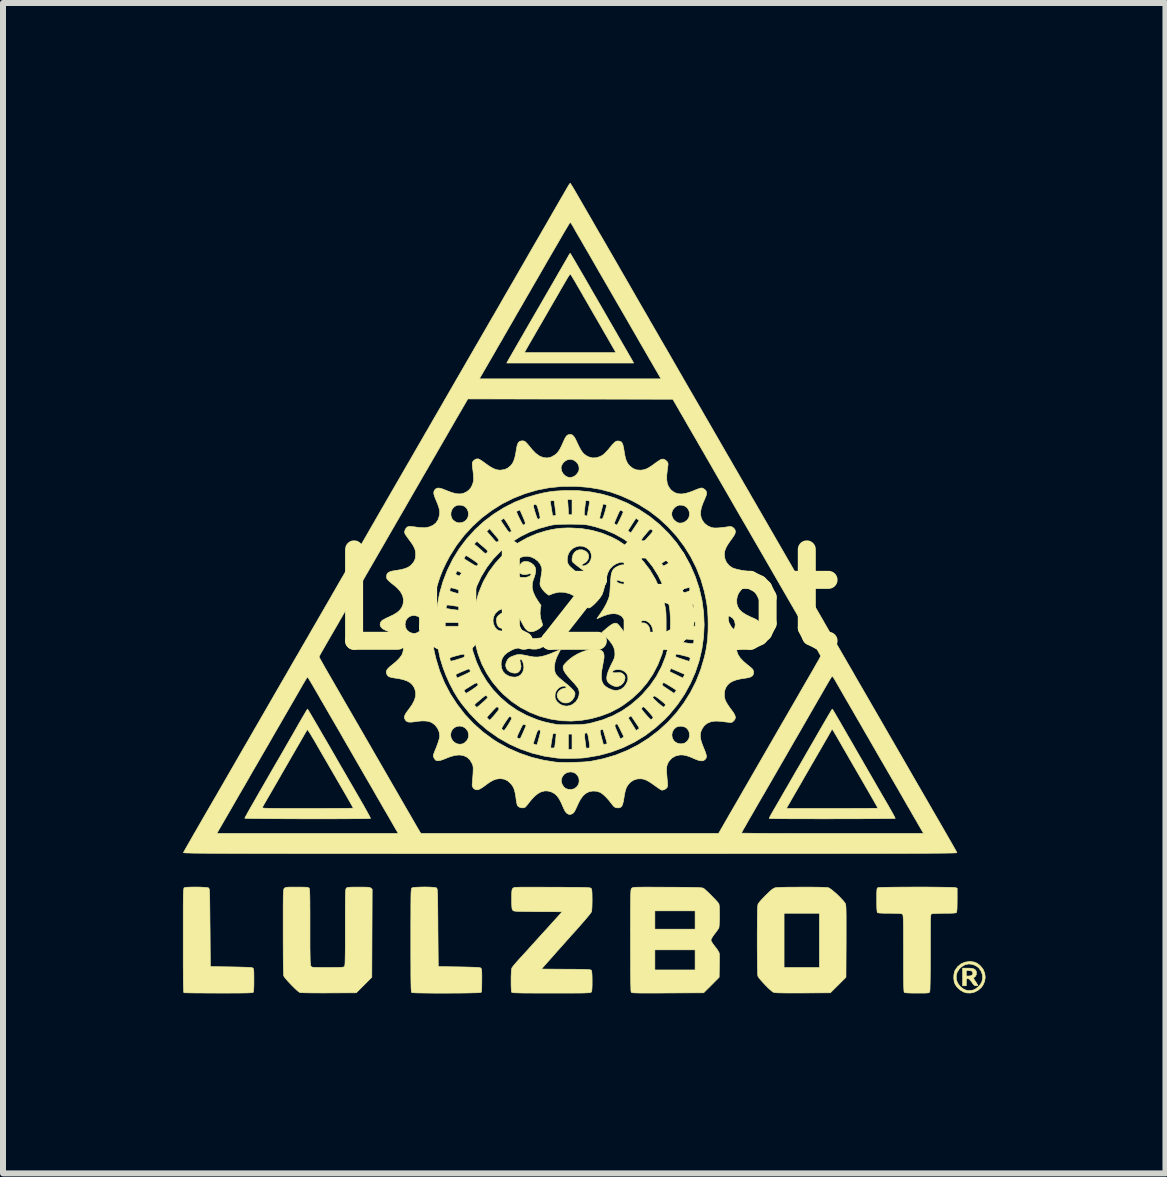
<source format=kicad_pcb>
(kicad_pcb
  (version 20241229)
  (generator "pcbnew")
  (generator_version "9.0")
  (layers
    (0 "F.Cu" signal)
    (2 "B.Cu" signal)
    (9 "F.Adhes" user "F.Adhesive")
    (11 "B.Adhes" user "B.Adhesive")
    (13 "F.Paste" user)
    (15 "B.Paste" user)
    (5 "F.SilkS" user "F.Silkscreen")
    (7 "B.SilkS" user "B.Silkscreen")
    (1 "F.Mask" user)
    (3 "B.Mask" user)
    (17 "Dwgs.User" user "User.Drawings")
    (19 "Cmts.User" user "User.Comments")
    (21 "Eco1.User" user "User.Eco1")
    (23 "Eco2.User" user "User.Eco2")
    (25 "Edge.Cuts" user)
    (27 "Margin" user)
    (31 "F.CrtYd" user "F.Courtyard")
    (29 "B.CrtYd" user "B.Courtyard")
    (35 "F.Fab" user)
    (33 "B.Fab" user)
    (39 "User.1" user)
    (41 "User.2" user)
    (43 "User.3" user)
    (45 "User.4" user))
  (footprint "LulzBot"
    (layer "F.Cu")
    (at 6.7 6.944)
    (property "Reference" "LulzBot" (at 0 0 0) (layer "F.SilkS") (effects (font (size 1.524 1.524) (thickness 0.3))))
    (attr through_hole)
    (fp_poly (pts (xy 6.44 6.149) (xy 6.482 6.158) (xy 6.509 6.174) (xy 6.525 6.198) (xy 6.528 6.212) (xy 6.528 6.253) (xy 6.511 6.285) (xy 6.493 6.299) (xy 6.483 6.305) (xy 6.482 6.314) (xy 6.488 6.33) (xy 6.505 6.357) (xy 6.513 6.369) (xy 6.533 6.399) (xy 6.547 6.423) (xy 6.553 6.435) (xy 6.553 6.435) (xy 6.544 6.44) (xy 6.523 6.441) (xy 6.503 6.438) (xy 6.485 6.425) (xy 6.465 6.399) (xy 6.461 6.393) (xy 6.433 6.355) (xy 6.411 6.332) (xy 6.391 6.321) (xy 6.379 6.32) (xy 6.368 6.322) (xy 6.363 6.334) (xy 6.36 6.359) (xy 6.36 6.38) (xy 6.36 6.441) (xy 6.299 6.441) (xy 6.299 6.187) (xy 6.36 6.187) (xy 6.36 6.279) (xy 6.4 6.279) (xy 6.432 6.275) (xy 6.454 6.264) (xy 6.456 6.263) (xy 6.47 6.243) (xy 6.469 6.223) (xy 6.461 6.207) (xy 6.448 6.194) (xy 6.424 6.188) (xy 6.406 6.187) (xy 6.36 6.187) (xy 6.299 6.187) (xy 6.299 6.147) (xy 6.381 6.147) (xy 6.44 6.149)) (stroke (width 0.01) (type solid)) (fill yes) (layer "F.SilkS"))
    (fp_poly (pts (xy 6.434 6.037) (xy 6.489 6.045) (xy 6.533 6.062) (xy 6.573 6.09) (xy 6.601 6.116) (xy 6.643 6.171) (xy 6.668 6.234) (xy 6.676 6.301) (xy 6.666 6.367) (xy 6.638 6.43) (xy 6.61 6.469) (xy 6.558 6.515) (xy 6.497 6.547) (xy 6.432 6.562) (xy 6.367 6.56) (xy 6.314 6.544) (xy 6.258 6.511) (xy 6.209 6.466) (xy 6.174 6.417) (xy 6.158 6.37) (xy 6.151 6.313) (xy 6.153 6.274) (xy 6.192 6.274) (xy 6.194 6.335) (xy 6.215 6.394) (xy 6.254 6.448) (xy 6.259 6.453) (xy 6.312 6.495) (xy 6.367 6.518) (xy 6.427 6.521) (xy 6.476 6.512) (xy 6.517 6.492) (xy 6.558 6.46) (xy 6.595 6.419) (xy 6.619 6.377) (xy 6.62 6.375) (xy 6.633 6.314) (xy 6.628 6.253) (xy 6.606 6.195) (xy 6.57 6.145) (xy 6.526 6.11) (xy 6.464 6.084) (xy 6.4 6.077) (xy 6.339 6.09) (xy 6.283 6.122) (xy 6.244 6.159) (xy 6.208 6.215) (xy 6.192 6.274) (xy 6.153 6.274) (xy 6.154 6.254) (xy 6.166 6.202) (xy 6.174 6.182) (xy 6.217 6.122) (xy 6.272 6.077) (xy 6.336 6.048) (xy 6.407 6.037) (xy 6.434 6.037)) (stroke (width 0.01) (type solid)) (fill yes) (layer "F.SilkS"))
    (fp_poly (pts (xy -6.465 4.795) (xy -6.408 4.796) (xy -6.357 4.799) (xy -6.314 4.802) (xy -6.284 4.806) (xy -6.273 4.81) (xy -6.269 4.813) (xy -6.266 4.819) (xy -6.263 4.827) (xy -6.26 4.841) (xy -6.258 4.86) (xy -6.257 4.887) (xy -6.255 4.924) (xy -6.254 4.971) (xy -6.253 5.031) (xy -6.252 5.105) (xy -6.251 5.193) (xy -6.25 5.299) (xy -6.249 5.422) (xy -6.248 5.473) (xy -6.243 6.121) (xy -5.897 6.126) (xy -5.799 6.128) (xy -5.72 6.13) (xy -5.657 6.132) (xy -5.61 6.134) (xy -5.575 6.136) (xy -5.552 6.139) (xy -5.538 6.143) (xy -5.534 6.146) (xy -5.528 6.153) (xy -5.523 6.165) (xy -5.52 6.186) (xy -5.518 6.217) (xy -5.517 6.262) (xy -5.517 6.323) (xy -5.517 6.349) (xy -5.517 6.425) (xy -5.519 6.482) (xy -5.522 6.521) (xy -5.526 6.544) (xy -5.529 6.551) (xy -5.537 6.554) (xy -5.555 6.556) (xy -5.586 6.558) (xy -5.629 6.56) (xy -5.686 6.561) (xy -5.759 6.562) (xy -5.848 6.562) (xy -5.955 6.563) (xy -6.081 6.563) (xy -6.106 6.563) (xy -6.211 6.562) (xy -6.311 6.562) (xy -6.402 6.561) (xy -6.484 6.561) (xy -6.555 6.56) (xy -6.611 6.559) (xy -6.653 6.558) (xy -6.677 6.557) (xy -6.683 6.557) (xy -6.685 6.552) (xy -6.687 6.539) (xy -6.689 6.516) (xy -6.69 6.483) (xy -6.692 6.438) (xy -6.693 6.381) (xy -6.694 6.309) (xy -6.694 6.223) (xy -6.695 6.122) (xy -6.695 6.003) (xy -6.695 5.866) (xy -6.695 5.71) (xy -6.695 5.684) (xy -6.695 5.531) (xy -6.695 5.398) (xy -6.695 5.282) (xy -6.695 5.182) (xy -6.695 5.098) (xy -6.694 5.027) (xy -6.694 4.97) (xy -6.693 4.923) (xy -6.691 4.887) (xy -6.69 4.859) (xy -6.688 4.839) (xy -6.686 4.825) (xy -6.684 4.816) (xy -6.681 4.81) (xy -6.678 4.807) (xy -6.676 4.806) (xy -6.657 4.801) (xy -6.622 4.798) (xy -6.576 4.796) (xy -6.522 4.795) (xy -6.465 4.795)) (stroke (width 0.01) (type solid)) (fill yes) (layer "F.SilkS"))
    (fp_poly (pts (xy 3.766 4.796) (xy 3.844 4.797) (xy 3.914 4.798) (xy 3.974 4.8) (xy 4.02 4.802) (xy 4.05 4.804) (xy 4.058 4.805) (xy 4.081 4.816) (xy 4.115 4.84) (xy 4.155 4.873) (xy 4.199 4.911) (xy 4.242 4.953) (xy 4.282 4.994) (xy 4.316 5.032) (xy 4.339 5.063) (xy 4.348 5.08) (xy 4.35 5.094) (xy 4.353 5.12) (xy 4.355 5.159) (xy 4.356 5.212) (xy 4.357 5.28) (xy 4.357 5.364) (xy 4.357 5.465) (xy 4.357 5.584) (xy 4.357 5.707) (xy 4.354 6.299) (xy 4.224 6.429) (xy 4.094 6.558) (xy 3.635 6.561) (xy 3.522 6.561) (xy 3.428 6.561) (xy 3.35 6.561) (xy 3.288 6.56) (xy 3.239 6.559) (xy 3.203 6.558) (xy 3.176 6.555) (xy 3.158 6.553) (xy 3.146 6.549) (xy 3.145 6.549) (xy 3.122 6.534) (xy 3.091 6.508) (xy 3.053 6.473) (xy 3.013 6.433) (xy 2.974 6.391) (xy 2.938 6.351) (xy 2.909 6.316) (xy 2.89 6.289) (xy 2.885 6.278) (xy 2.883 6.26) (xy 2.881 6.224) (xy 2.88 6.17) (xy 2.878 6.1) (xy 2.877 6.015) (xy 2.876 5.918) (xy 2.875 5.808) (xy 2.875 5.688) (xy 2.875 5.677) (xy 2.875 5.551) (xy 2.876 5.443) (xy 2.876 5.353) (xy 2.877 5.279) (xy 2.878 5.232) (xy 3.322 5.232) (xy 3.322 6.137) (xy 3.912 6.137) (xy 3.912 5.232) (xy 3.322 5.232) (xy 2.878 5.232) (xy 2.878 5.219) (xy 2.879 5.171) (xy 2.881 5.135) (xy 2.883 5.109) (xy 2.886 5.09) (xy 2.889 5.079) (xy 2.889 5.077) (xy 2.902 5.059) (xy 2.925 5.03) (xy 2.958 4.993) (xy 2.997 4.953) (xy 3.019 4.931) (xy 3.065 4.886) (xy 3.099 4.854) (xy 3.126 4.832) (xy 3.148 4.818) (xy 3.167 4.81) (xy 3.18 4.806) (xy 3.202 4.804) (xy 3.24 4.802) (xy 3.294 4.8) (xy 3.359 4.798) (xy 3.434 4.797) (xy 3.515 4.797) (xy 3.599 4.796) (xy 3.684 4.796) (xy 3.766 4.796)) (stroke (width 0.01) (type solid)) (fill yes) (layer "F.SilkS"))
    (fp_poly (pts (xy -2.613 4.795) (xy -2.56 4.797) (xy -2.516 4.801) (xy -2.486 4.805) (xy -2.473 4.81) (xy -2.469 4.813) (xy -2.466 4.819) (xy -2.463 4.827) (xy -2.461 4.841) (xy -2.458 4.86) (xy -2.457 4.887) (xy -2.455 4.924) (xy -2.454 4.971) (xy -2.453 5.031) (xy -2.452 5.105) (xy -2.451 5.193) (xy -2.45 5.299) (xy -2.449 5.422) (xy -2.449 5.473) (xy -2.443 6.121) (xy -2.097 6.126) (xy -1.999 6.128) (xy -1.92 6.13) (xy -1.857 6.132) (xy -1.81 6.134) (xy -1.775 6.136) (xy -1.752 6.139) (xy -1.738 6.143) (xy -1.734 6.146) (xy -1.728 6.153) (xy -1.723 6.165) (xy -1.72 6.186) (xy -1.718 6.217) (xy -1.717 6.262) (xy -1.717 6.323) (xy -1.717 6.349) (xy -1.718 6.425) (xy -1.719 6.482) (xy -1.722 6.521) (xy -1.726 6.544) (xy -1.729 6.551) (xy -1.742 6.554) (xy -1.772 6.556) (xy -1.818 6.558) (xy -1.878 6.559) (xy -1.949 6.561) (xy -2.029 6.562) (xy -2.117 6.563) (xy -2.208 6.563) (xy -2.302 6.564) (xy -2.397 6.564) (xy -2.489 6.564) (xy -2.576 6.563) (xy -2.657 6.562) (xy -2.73 6.561) (xy -2.791 6.56) (xy -2.839 6.558) (xy -2.871 6.556) (xy -2.885 6.554) (xy -2.885 6.553) (xy -2.888 6.55) (xy -2.891 6.542) (xy -2.893 6.528) (xy -2.894 6.508) (xy -2.896 6.479) (xy -2.897 6.441) (xy -2.898 6.393) (xy -2.899 6.332) (xy -2.9 6.259) (xy -2.9 6.171) (xy -2.9 6.068) (xy -2.901 5.948) (xy -2.901 5.809) (xy -2.901 5.684) (xy -2.901 5.532) (xy -2.901 5.399) (xy -2.9 5.284) (xy -2.9 5.185) (xy -2.9 5.101) (xy -2.899 5.031) (xy -2.899 4.974) (xy -2.898 4.928) (xy -2.897 4.892) (xy -2.895 4.864) (xy -2.893 4.844) (xy -2.891 4.83) (xy -2.889 4.821) (xy -2.886 4.815) (xy -2.883 4.811) (xy -2.881 4.81) (xy -2.863 4.804) (xy -2.828 4.8) (xy -2.782 4.797) (xy -2.728 4.795) (xy -2.67 4.794) (xy -2.613 4.795)) (stroke (width 0.01) (type solid)) (fill yes) (layer "F.SilkS"))
    (fp_poly (pts (xy -0.241 -5.767) (xy -0.233 -5.754) (xy -0.22 -5.733) (xy -0.201 -5.701) (xy -0.176 -5.659) (xy -0.145 -5.606) (xy -0.107 -5.54) (xy -0.061 -5.462) (xy -0.008 -5.371) (xy 0.053 -5.265) (xy 0.122 -5.144) (xy 0.201 -5.008) (xy 0.289 -4.856) (xy 0.367 -4.721) (xy 0.406 -4.652) (xy 0.448 -4.58) (xy 0.489 -4.509) (xy 0.526 -4.445) (xy 0.556 -4.392) (xy 0.561 -4.384) (xy 0.623 -4.276) (xy 0.676 -4.185) (xy 0.719 -4.11) (xy 0.753 -4.051) (xy 0.778 -4.008) (xy 0.794 -3.979) (xy 0.801 -3.965) (xy 0.814 -3.942) (xy -1.301 -3.942) (xy -1.289 -3.965) (xy -1.286 -3.971) (xy -1.28 -3.981) (xy -1.272 -3.996) (xy -1.26 -4.016) (xy -1.245 -4.043) (xy -1.225 -4.077) (xy -1.203 -4.115) (xy -1.007 -4.115) (xy 0.519 -4.115) (xy 0.507 -4.138) (xy 0.499 -4.151) (xy 0.483 -4.179) (xy 0.458 -4.222) (xy 0.426 -4.278) (xy 0.388 -4.345) (xy 0.344 -4.42) (xy 0.296 -4.504) (xy 0.245 -4.593) (xy 0.21 -4.653) (xy 0.154 -4.75) (xy 0.099 -4.845) (xy 0.046 -4.938) (xy -0.004 -5.024) (xy -0.049 -5.103) (xy -0.089 -5.172) (xy -0.122 -5.228) (xy -0.146 -5.27) (xy -0.153 -5.283) (xy -0.181 -5.33) (xy -0.206 -5.371) (xy -0.225 -5.402) (xy -0.238 -5.42) (xy -0.241 -5.423) (xy -0.245 -5.422) (xy -0.249 -5.418) (xy -0.257 -5.409) (xy -0.267 -5.393) (xy -0.283 -5.369) (xy -0.303 -5.335) (xy -0.329 -5.291) (xy -0.362 -5.234) (xy -0.403 -5.164) (xy -0.452 -5.078) (xy -0.495 -5.004) (xy -0.528 -4.947) (xy -0.569 -4.877) (xy -0.615 -4.797) (xy -0.665 -4.71) (xy -0.716 -4.621) (xy -0.767 -4.534) (xy -0.795 -4.486) (xy -0.838 -4.411) (xy -0.878 -4.341) (xy -0.915 -4.278) (xy -0.946 -4.224) (xy -0.97 -4.181) (xy -0.987 -4.152) (xy -0.995 -4.138) (xy -0.995 -4.138) (xy -1.007 -4.115) (xy -1.203 -4.115) (xy -1.201 -4.119) (xy -1.171 -4.171) (xy -1.136 -4.232) (xy -1.094 -4.305) (xy -1.045 -4.389) (xy -0.989 -4.487) (xy -0.925 -4.598) (xy -0.852 -4.724) (xy -0.77 -4.865) (xy -0.679 -5.023) (xy -0.652 -5.07) (xy -0.592 -5.174) (xy -0.534 -5.274) (xy -0.48 -5.368) (xy -0.43 -5.455) (xy -0.385 -5.532) (xy -0.346 -5.6) (xy -0.314 -5.655) (xy -0.29 -5.697) (xy -0.275 -5.723) (xy -0.27 -5.733) (xy -0.256 -5.756) (xy -0.246 -5.769) (xy -0.244 -5.771) (xy -0.241 -5.767)) (stroke (width 0.01) (type solid)) (fill yes) (layer "F.SilkS"))
    (fp_poly (pts (xy 5.686 4.795) (xy 5.782 4.796) (xy 5.872 4.797) (xy 5.955 4.798) (xy 6.029 4.799) (xy 6.09 4.8) (xy 6.138 4.802) (xy 6.169 4.804) (xy 6.182 4.805) (xy 6.208 4.815) (xy 6.208 5.012) (xy 6.207 5.088) (xy 6.206 5.146) (xy 6.203 5.187) (xy 6.2 5.211) (xy 6.196 5.22) (xy 6.183 5.225) (xy 6.155 5.229) (xy 6.111 5.231) (xy 6.049 5.232) (xy 5.992 5.232) (xy 5.924 5.233) (xy 5.866 5.235) (xy 5.821 5.237) (xy 5.791 5.24) (xy 5.78 5.243) (xy 5.776 5.246) (xy 5.773 5.25) (xy 5.77 5.258) (xy 5.768 5.27) (xy 5.766 5.289) (xy 5.764 5.316) (xy 5.763 5.352) (xy 5.762 5.398) (xy 5.762 5.457) (xy 5.761 5.53) (xy 5.761 5.618) (xy 5.761 5.723) (xy 5.761 5.847) (xy 5.761 5.889) (xy 5.761 6.039) (xy 5.76 6.169) (xy 5.759 6.281) (xy 5.758 6.373) (xy 5.756 6.446) (xy 5.755 6.499) (xy 5.752 6.531) (xy 5.75 6.544) (xy 5.745 6.55) (xy 5.737 6.555) (xy 5.724 6.559) (xy 5.701 6.561) (xy 5.667 6.563) (xy 5.618 6.563) (xy 5.553 6.563) (xy 5.539 6.563) (xy 5.461 6.563) (xy 5.403 6.561) (xy 5.361 6.559) (xy 5.336 6.555) (xy 5.326 6.551) (xy 5.323 6.543) (xy 5.321 6.525) (xy 5.319 6.496) (xy 5.317 6.453) (xy 5.316 6.397) (xy 5.315 6.326) (xy 5.314 6.238) (xy 5.314 6.134) (xy 5.314 6.011) (xy 5.314 5.902) (xy 5.314 5.771) (xy 5.313 5.659) (xy 5.313 5.564) (xy 5.313 5.485) (xy 5.312 5.421) (xy 5.311 5.369) (xy 5.31 5.329) (xy 5.308 5.299) (xy 5.306 5.278) (xy 5.304 5.263) (xy 5.301 5.254) (xy 5.298 5.249) (xy 5.298 5.248) (xy 5.289 5.243) (xy 5.275 5.239) (xy 5.251 5.236) (xy 5.217 5.234) (xy 5.168 5.233) (xy 5.102 5.232) (xy 5.086 5.232) (xy 5.01 5.232) (xy 4.952 5.23) (xy 4.912 5.228) (xy 4.888 5.224) (xy 4.879 5.22) (xy 4.874 5.208) (xy 4.871 5.181) (xy 4.868 5.137) (xy 4.867 5.076) (xy 4.867 5.012) (xy 4.867 4.944) (xy 4.867 4.894) (xy 4.869 4.858) (xy 4.871 4.835) (xy 4.874 4.82) (xy 4.879 4.811) (xy 4.886 4.806) (xy 4.886 4.806) (xy 4.9 4.804) (xy 4.932 4.802) (xy 4.981 4.8) (xy 5.043 4.799) (xy 5.116 4.798) (xy 5.2 4.797) (xy 5.291 4.796) (xy 5.387 4.796) (xy 5.486 4.795) (xy 5.586 4.795) (xy 5.686 4.795)) (stroke (width 0.01) (type solid)) (fill yes) (layer "F.SilkS"))
    (fp_poly (pts (xy 1.077 4.796) (xy 1.166 4.797) (xy 1.273 4.797) (xy 1.38 4.798) (xy 1.504 4.798) (xy 1.609 4.799) (xy 1.697 4.8) (xy 1.77 4.801) (xy 1.829 4.802) (xy 1.875 4.803) (xy 1.911 4.805) (xy 1.937 4.807) (xy 1.956 4.809) (xy 1.969 4.812) (xy 1.978 4.815) (xy 1.982 4.817) (xy 2.002 4.834) (xy 2.032 4.861) (xy 2.068 4.895) (xy 2.107 4.934) (xy 2.145 4.973) (xy 2.181 5.01) (xy 2.21 5.042) (xy 2.229 5.066) (xy 2.236 5.077) (xy 2.24 5.097) (xy 2.243 5.134) (xy 2.244 5.181) (xy 2.245 5.236) (xy 2.245 5.294) (xy 2.244 5.35) (xy 2.242 5.401) (xy 2.24 5.443) (xy 2.236 5.471) (xy 2.234 5.479) (xy 2.222 5.497) (xy 2.202 5.526) (xy 2.176 5.561) (xy 2.162 5.578) (xy 2.133 5.619) (xy 2.113 5.653) (xy 2.103 5.677) (xy 2.103 5.68) (xy 2.11 5.701) (xy 2.13 5.734) (xy 2.162 5.777) (xy 2.169 5.786) (xy 2.198 5.823) (xy 2.221 5.858) (xy 2.237 5.886) (xy 2.241 5.898) (xy 2.243 5.918) (xy 2.244 5.954) (xy 2.244 6.003) (xy 2.244 6.06) (xy 2.243 6.114) (xy 2.24 6.299) (xy 2.111 6.429) (xy 1.981 6.558) (xy 1.382 6.561) (xy 1.257 6.562) (xy 1.15 6.562) (xy 1.061 6.562) (xy 0.987 6.562) (xy 0.928 6.562) (xy 0.881 6.561) (xy 0.845 6.56) (xy 0.818 6.559) (xy 0.8 6.557) (xy 0.787 6.555) (xy 0.78 6.552) (xy 0.775 6.548) (xy 0.773 6.544) (xy 0.77 6.53) (xy 0.768 6.497) (xy 0.767 6.445) (xy 0.765 6.373) (xy 0.764 6.282) (xy 0.763 6.171) (xy 0.763 6.04) (xy 0.762 5.889) (xy 0.762 5.842) (xy 1.168 5.842) (xy 1.168 6.177) (xy 1.839 6.177) (xy 1.839 5.842) (xy 1.168 5.842) (xy 0.762 5.842) (xy 0.762 5.718) (xy 0.762 5.68) (xy 0.762 5.53) (xy 0.762 5.398) (xy 0.762 5.284) (xy 0.762 5.192) (xy 1.168 5.192) (xy 1.168 5.497) (xy 1.839 5.497) (xy 1.839 5.192) (xy 1.168 5.192) (xy 0.762 5.192) (xy 0.762 5.187) (xy 0.763 5.105) (xy 0.763 5.036) (xy 0.764 4.98) (xy 0.765 4.934) (xy 0.766 4.899) (xy 0.768 4.872) (xy 0.769 4.852) (xy 0.771 4.838) (xy 0.774 4.829) (xy 0.777 4.822) (xy 0.78 4.818) (xy 0.783 4.815) (xy 0.788 4.811) (xy 0.794 4.807) (xy 0.802 4.804) (xy 0.815 4.802) (xy 0.835 4.8) (xy 0.861 4.798) (xy 0.897 4.797) (xy 0.944 4.797) (xy 1.004 4.796) (xy 1.077 4.796)) (stroke (width 0.01) (type solid)) (fill yes) (layer "F.SilkS"))
    (fp_poly (pts (xy -3.705 4.796) (xy -3.656 4.797) (xy -3.621 4.798) (xy -3.597 4.801) (xy -3.58 4.805) (xy -3.569 4.811) (xy -3.567 4.813) (xy -3.545 4.831) (xy -3.548 5.565) (xy -3.551 6.299) (xy -3.681 6.429) (xy -3.81 6.558) (xy -4.27 6.56) (xy -4.365 6.561) (xy -4.455 6.56) (xy -4.537 6.56) (xy -4.608 6.559) (xy -4.668 6.558) (xy -4.713 6.556) (xy -4.742 6.555) (xy -4.751 6.553) (xy -4.77 6.541) (xy -4.799 6.517) (xy -4.835 6.484) (xy -4.874 6.445) (xy -4.914 6.404) (xy -4.951 6.364) (xy -4.983 6.327) (xy -5.007 6.297) (xy -5.019 6.278) (xy -5.02 6.276) (xy -5.021 6.26) (xy -5.023 6.226) (xy -5.024 6.174) (xy -5.026 6.107) (xy -5.027 6.025) (xy -5.028 5.931) (xy -5.028 5.826) (xy -5.029 5.712) (xy -5.029 5.59) (xy -5.029 5.54) (xy -5.029 5.403) (xy -5.029 5.285) (xy -5.029 5.185) (xy -5.029 5.101) (xy -5.028 5.031) (xy -5.028 4.974) (xy -5.027 4.929) (xy -5.025 4.894) (xy -5.024 4.868) (xy -5.022 4.849) (xy -5.019 4.836) (xy -5.017 4.827) (xy -5.013 4.821) (xy -5.009 4.816) (xy -5.009 4.816) (xy -5 4.809) (xy -4.989 4.803) (xy -4.973 4.8) (xy -4.947 4.797) (xy -4.91 4.796) (xy -4.859 4.796) (xy -4.801 4.796) (xy -4.733 4.796) (xy -4.683 4.797) (xy -4.647 4.798) (xy -4.622 4.801) (xy -4.607 4.806) (xy -4.598 4.811) (xy -4.598 4.811) (xy -4.595 4.816) (xy -4.592 4.825) (xy -4.59 4.84) (xy -4.588 4.861) (xy -4.586 4.891) (xy -4.585 4.93) (xy -4.584 4.981) (xy -4.583 5.045) (xy -4.583 5.123) (xy -4.582 5.217) (xy -4.582 5.328) (xy -4.582 5.459) (xy -4.582 5.459) (xy -4.582 5.59) (xy -4.582 5.702) (xy -4.582 5.796) (xy -4.581 5.875) (xy -4.58 5.939) (xy -4.579 5.991) (xy -4.578 6.031) (xy -4.576 6.061) (xy -4.574 6.083) (xy -4.572 6.099) (xy -4.569 6.109) (xy -4.566 6.114) (xy -4.561 6.121) (xy -4.554 6.126) (xy -4.544 6.13) (xy -4.527 6.133) (xy -4.501 6.135) (xy -4.464 6.136) (xy -4.413 6.136) (xy -4.347 6.137) (xy -4.288 6.137) (xy -4.206 6.136) (xy -4.143 6.136) (xy -4.095 6.135) (xy -4.06 6.133) (xy -4.036 6.131) (xy -4.021 6.127) (xy -4.011 6.123) (xy -4.009 6.121) (xy -4.006 6.116) (xy -4.003 6.107) (xy -4 6.092) (xy -3.998 6.071) (xy -3.997 6.042) (xy -3.996 6.002) (xy -3.995 5.952) (xy -3.994 5.888) (xy -3.993 5.81) (xy -3.993 5.716) (xy -3.993 5.606) (xy -3.993 5.476) (xy -3.993 5.467) (xy -3.993 5.337) (xy -3.993 5.226) (xy -3.993 5.132) (xy -3.992 5.054) (xy -3.992 4.991) (xy -3.991 4.94) (xy -3.99 4.9) (xy -3.988 4.87) (xy -3.986 4.848) (xy -3.984 4.833) (xy -3.981 4.823) (xy -3.978 4.817) (xy -3.974 4.812) (xy -3.965 4.806) (xy -3.95 4.802) (xy -3.928 4.799) (xy -3.894 4.797) (xy -3.846 4.796) (xy -3.781 4.796) (xy -3.772 4.796) (xy -3.705 4.796)) (stroke (width 0.01) (type solid)) (fill yes) (layer "F.SilkS"))
    (fp_poly (pts (xy 4.127 1.83) (xy 4.13 1.832) (xy 4.133 1.837) (xy 4.139 1.847) (xy 4.148 1.861) (xy 4.16 1.881) (xy 4.176 1.908) (xy 4.196 1.943) (xy 4.222 1.987) (xy 4.254 2.042) (xy 4.292 2.108) (xy 4.337 2.186) (xy 4.389 2.277) (xy 4.451 2.383) (xy 4.52 2.504) (xy 4.6 2.642) (xy 4.603 2.647) (xy 4.666 2.757) (xy 4.729 2.866) (xy 4.791 2.973) (xy 4.849 3.074) (xy 4.904 3.169) (xy 4.954 3.256) (xy 4.998 3.331) (xy 5.035 3.395) (xy 5.063 3.443) (xy 5.075 3.465) (xy 5.106 3.519) (xy 5.133 3.567) (xy 5.155 3.607) (xy 5.169 3.635) (xy 5.175 3.649) (xy 5.174 3.65) (xy 5.164 3.651) (xy 5.135 3.652) (xy 5.089 3.653) (xy 5.027 3.654) (xy 4.952 3.654) (xy 4.864 3.655) (xy 4.766 3.656) (xy 4.659 3.656) (xy 4.545 3.657) (xy 4.426 3.657) (xy 4.302 3.657) (xy 4.176 3.657) (xy 4.05 3.658) (xy 3.924 3.658) (xy 3.801 3.657) (xy 3.683 3.657) (xy 3.57 3.657) (xy 3.465 3.657) (xy 3.368 3.656) (xy 3.283 3.656) (xy 3.21 3.655) (xy 3.152 3.654) (xy 3.109 3.654) (xy 3.083 3.653) (xy 3.076 3.652) (xy 3.078 3.641) (xy 3.089 3.617) (xy 3.107 3.584) (xy 3.119 3.563) (xy 3.136 3.533) (xy 3.162 3.488) (xy 3.164 3.485) (xy 3.362 3.485) (xy 4.125 3.485) (xy 4.247 3.485) (xy 4.363 3.485) (xy 4.472 3.484) (xy 4.572 3.484) (xy 4.66 3.484) (xy 4.737 3.483) (xy 4.799 3.482) (xy 4.846 3.482) (xy 4.876 3.481) (xy 4.887 3.48) (xy 4.887 3.48) (xy 4.882 3.471) (xy 4.868 3.445) (xy 4.845 3.405) (xy 4.815 3.352) (xy 4.778 3.288) (xy 4.735 3.213) (xy 4.687 3.13) (xy 4.635 3.04) (xy 4.58 2.944) (xy 4.571 2.929) (xy 4.513 2.829) (xy 4.456 2.731) (xy 4.402 2.637) (xy 4.352 2.55) (xy 4.306 2.471) (xy 4.266 2.401) (xy 4.233 2.344) (xy 4.208 2.3) (xy 4.192 2.273) (xy 4.168 2.232) (xy 4.147 2.197) (xy 4.132 2.174) (xy 4.124 2.164) (xy 4.124 2.164) (xy 4.115 2.172) (xy 4.111 2.181) (xy 4.104 2.195) (xy 4.088 2.223) (xy 4.066 2.262) (xy 4.039 2.31) (xy 4.009 2.361) (xy 3.97 2.429) (xy 3.926 2.505) (xy 3.878 2.588) (xy 3.827 2.676) (xy 3.774 2.767) (xy 3.721 2.859) (xy 3.668 2.95) (xy 3.617 3.04) (xy 3.568 3.125) (xy 3.522 3.204) (xy 3.48 3.277) (xy 3.444 3.339) (xy 3.415 3.391) (xy 3.392 3.43) (xy 3.378 3.454) (xy 3.374 3.462) (xy 3.362 3.485) (xy 3.164 3.485) (xy 3.197 3.428) (xy 3.239 3.356) (xy 3.286 3.274) (xy 3.339 3.182) (xy 3.396 3.084) (xy 3.456 2.98) (xy 3.518 2.872) (xy 3.582 2.763) (xy 3.645 2.653) (xy 3.707 2.545) (xy 3.767 2.441) (xy 3.825 2.341) (xy 3.878 2.249) (xy 3.922 2.172) (xy 3.966 2.096) (xy 4.007 2.026) (xy 4.043 1.964) (xy 4.074 1.911) (xy 4.099 1.87) (xy 4.116 1.842) (xy 4.124 1.83) (xy 4.125 1.829) (xy 4.126 1.829) (xy 4.127 1.83)) (stroke (width 0.01) (type solid)) (fill yes) (layer "F.SilkS"))
    (fp_poly (pts (xy -4.616 1.838) (xy -4.601 1.862) (xy -4.577 1.902) (xy -4.546 1.955) (xy -4.508 2.02) (xy -4.463 2.096) (xy -4.414 2.181) (xy -4.36 2.274) (xy -4.302 2.373) (xy -4.251 2.461) (xy -4.186 2.574) (xy -4.12 2.689) (xy -4.054 2.803) (xy -3.989 2.915) (xy -3.928 3.021) (xy -3.87 3.12) (xy -3.819 3.209) (xy -3.774 3.286) (xy -3.738 3.349) (xy -3.727 3.368) (xy -3.688 3.435) (xy -3.653 3.498) (xy -3.623 3.552) (xy -3.599 3.597) (xy -3.582 3.629) (xy -3.574 3.647) (xy -3.573 3.65) (xy -3.584 3.651) (xy -3.613 3.653) (xy -3.659 3.654) (xy -3.721 3.655) (xy -3.796 3.656) (xy -3.884 3.656) (xy -3.982 3.657) (xy -4.089 3.657) (xy -4.202 3.658) (xy -4.322 3.658) (xy -4.445 3.658) (xy -4.571 3.658) (xy -4.697 3.658) (xy -4.823 3.657) (xy -4.945 3.657) (xy -5.064 3.656) (xy -5.176 3.656) (xy -5.281 3.655) (xy -5.377 3.654) (xy -5.462 3.653) (xy -5.535 3.652) (xy -5.594 3.651) (xy -5.637 3.65) (xy -5.662 3.648) (xy -5.669 3.647) (xy -5.664 3.636) (xy -5.65 3.61) (xy -5.628 3.569) (xy -5.598 3.516) (xy -5.572 3.47) (xy -5.377 3.47) (xy -5.375 3.473) (xy -5.369 3.476) (xy -5.358 3.478) (xy -5.34 3.48) (xy -5.314 3.481) (xy -5.278 3.482) (xy -5.232 3.483) (xy -5.174 3.484) (xy -5.102 3.484) (xy -5.016 3.485) (xy -4.913 3.485) (xy -4.793 3.485) (xy -4.655 3.485) (xy -4.623 3.485) (xy -4.501 3.485) (xy -4.384 3.485) (xy -4.276 3.484) (xy -4.176 3.484) (xy -4.087 3.483) (xy -4.011 3.483) (xy -3.949 3.482) (xy -3.902 3.481) (xy -3.872 3.48) (xy -3.861 3.479) (xy -3.861 3.479) (xy -3.862 3.475) (xy -3.867 3.465) (xy -3.877 3.448) (xy -3.891 3.423) (xy -3.91 3.389) (xy -3.936 3.344) (xy -3.968 3.287) (xy -4.008 3.218) (xy -4.056 3.135) (xy -4.113 3.037) (xy -4.179 2.923) (xy -4.201 2.885) (xy -4.248 2.804) (xy -4.301 2.712) (xy -4.357 2.616) (xy -4.411 2.523) (xy -4.46 2.438) (xy -4.481 2.401) (xy -4.517 2.339) (xy -4.551 2.283) (xy -4.579 2.236) (xy -4.602 2.201) (xy -4.618 2.178) (xy -4.625 2.17) (xy -4.625 2.17) (xy -4.633 2.181) (xy -4.648 2.205) (xy -4.667 2.238) (xy -4.676 2.253) (xy -4.692 2.281) (xy -4.717 2.324) (xy -4.748 2.379) (xy -4.785 2.443) (xy -4.826 2.513) (xy -4.869 2.588) (xy -4.894 2.631) (xy -4.98 2.78) (xy -5.056 2.911) (xy -5.122 3.027) (xy -5.18 3.127) (xy -5.229 3.212) (xy -5.271 3.284) (xy -5.305 3.343) (xy -5.332 3.389) (xy -5.352 3.424) (xy -5.366 3.449) (xy -5.374 3.463) (xy -5.376 3.467) (xy -5.377 3.47) (xy -5.572 3.47) (xy -5.561 3.451) (xy -5.519 3.378) (xy -5.473 3.297) (xy -5.423 3.209) (xy -5.398 3.167) (xy -5.32 3.031) (xy -5.241 2.894) (xy -5.162 2.757) (xy -5.084 2.623) (xy -5.009 2.493) (xy -4.938 2.369) (xy -4.871 2.253) (xy -4.811 2.148) (xy -4.758 2.055) (xy -4.713 1.977) (xy -4.693 1.943) (xy -4.668 1.901) (xy -4.647 1.865) (xy -4.631 1.84) (xy -4.623 1.829) (xy -4.622 1.829) (xy -4.616 1.838)) (stroke (width 0.01) (type solid)) (fill yes) (layer "F.SilkS"))
    (fp_poly (pts (xy -0.83 4.797) (xy -0.729 4.797) (xy -0.609 4.798) (xy -0.543 4.798) (xy -0.413 4.798) (xy -0.303 4.799) (xy -0.209 4.8) (xy -0.132 4.8) (xy -0.068 4.801) (xy -0.018 4.802) (xy 0.022 4.803) (xy 0.051 4.805) (xy 0.073 4.807) (xy 0.087 4.809) (xy 0.097 4.812) (xy 0.103 4.815) (xy 0.107 4.819) (xy 0.108 4.82) (xy 0.113 4.833) (xy 0.117 4.855) (xy 0.12 4.889) (xy 0.121 4.938) (xy 0.122 5.005) (xy 0.122 5.01) (xy 0.121 5.069) (xy 0.12 5.122) (xy 0.117 5.165) (xy 0.114 5.195) (xy 0.112 5.206) (xy 0.101 5.223) (xy 0.077 5.255) (xy 0.039 5.301) (xy -0.011 5.36) (xy -0.074 5.432) (xy -0.149 5.517) (xy -0.204 5.578) (xy -0.228 5.604) (xy -0.263 5.644) (xy -0.307 5.693) (xy -0.357 5.75) (xy -0.413 5.812) (xy -0.47 5.876) (xy -0.498 5.908) (xy -0.723 6.162) (xy -0.313 6.165) (xy -0.211 6.165) (xy -0.126 6.166) (xy -0.059 6.167) (xy -0.006 6.168) (xy 0.035 6.17) (xy 0.064 6.172) (xy 0.084 6.174) (xy 0.097 6.177) (xy 0.105 6.18) (xy 0.109 6.184) (xy 0.115 6.2) (xy 0.118 6.231) (xy 0.121 6.278) (xy 0.122 6.344) (xy 0.122 6.366) (xy 0.122 6.43) (xy 0.12 6.477) (xy 0.118 6.509) (xy 0.115 6.53) (xy 0.11 6.543) (xy 0.106 6.547) (xy 0.101 6.551) (xy 0.092 6.553) (xy 0.078 6.556) (xy 0.057 6.558) (xy 0.027 6.559) (xy -0.012 6.561) (xy -0.062 6.562) (xy -0.125 6.562) (xy -0.203 6.563) (xy -0.296 6.563) (xy -0.406 6.563) (xy -0.535 6.563) (xy -0.557 6.563) (xy -0.697 6.563) (xy -0.816 6.563) (xy -0.918 6.562) (xy -1.003 6.562) (xy -1.072 6.561) (xy -1.126 6.559) (xy -1.166 6.558) (xy -1.194 6.556) (xy -1.211 6.553) (xy -1.217 6.551) (xy -1.222 6.537) (xy -1.225 6.506) (xy -1.228 6.462) (xy -1.229 6.411) (xy -1.229 6.354) (xy -1.229 6.298) (xy -1.227 6.244) (xy -1.224 6.198) (xy -1.221 6.164) (xy -1.216 6.145) (xy -1.206 6.129) (xy -1.184 6.101) (xy -1.153 6.064) (xy -1.115 6.021) (xy -1.073 5.974) (xy -1.072 5.974) (xy -1.029 5.927) (xy -0.99 5.884) (xy -0.957 5.848) (xy -0.933 5.821) (xy -0.92 5.806) (xy -0.919 5.806) (xy -0.906 5.792) (xy -0.882 5.765) (xy -0.849 5.728) (xy -0.811 5.686) (xy -0.772 5.643) (xy -0.721 5.586) (xy -0.661 5.521) (xy -0.599 5.453) (xy -0.541 5.388) (xy -0.511 5.355) (xy -0.377 5.207) (xy -0.78 5.205) (xy -0.881 5.204) (xy -0.964 5.203) (xy -1.03 5.202) (xy -1.082 5.201) (xy -1.121 5.2) (xy -1.15 5.198) (xy -1.17 5.196) (xy -1.184 5.193) (xy -1.192 5.189) (xy -1.198 5.185) (xy -1.201 5.181) (xy -1.208 5.17) (xy -1.213 5.154) (xy -1.216 5.131) (xy -1.218 5.097) (xy -1.219 5.048) (xy -1.219 4.998) (xy -1.219 4.936) (xy -1.218 4.892) (xy -1.216 4.861) (xy -1.213 4.841) (xy -1.208 4.828) (xy -1.201 4.818) (xy -1.199 4.816) (xy -1.194 4.811) (xy -1.188 4.808) (xy -1.18 4.805) (xy -1.167 4.802) (xy -1.149 4.8) (xy -1.123 4.799) (xy -1.088 4.798) (xy -1.043 4.797) (xy -0.986 4.797) (xy -0.916 4.797) (xy -0.83 4.797)) (stroke (width 0.01) (type solid)) (fill yes) (layer "F.SilkS"))
    (fp_poly (pts (xy -0.056 -1.182) (xy 0.121 -1.152) (xy 0.29 -1.104) (xy 0.453 -1.036) (xy 0.563 -0.977) (xy 0.717 -0.875) (xy 0.855 -0.76) (xy 0.978 -0.632) (xy 1.086 -0.491) (xy 1.177 -0.337) (xy 1.252 -0.172) (xy 1.311 0.004) (xy 1.333 0.094) (xy 1.341 0.132) (xy 1.347 0.167) (xy 1.351 0.203) (xy 1.354 0.245) (xy 1.355 0.296) (xy 1.356 0.36) (xy 1.356 0.417) (xy 1.356 0.494) (xy 1.354 0.555) (xy 1.352 0.604) (xy 1.349 0.645) (xy 1.344 0.683) (xy 1.337 0.721) (xy 1.332 0.742) (xy 1.284 0.92) (xy 1.217 1.09) (xy 1.134 1.248) (xy 1.033 1.396) (xy 0.917 1.531) (xy 0.785 1.654) (xy 0.639 1.763) (xy 0.567 1.808) (xy 0.424 1.883) (xy 0.269 1.942) (xy 0.107 1.987) (xy -0.059 2.016) (xy -0.225 2.028) (xy -0.388 2.022) (xy -0.392 2.022) (xy -0.574 1.994) (xy -0.748 1.948) (xy -0.914 1.883) (xy -1.072 1.8) (xy -1.22 1.7) (xy -1.358 1.581) (xy -1.427 1.511) (xy -1.541 1.375) (xy -1.637 1.229) (xy -1.717 1.075) (xy -1.778 0.914) (xy -1.823 0.748) (xy -1.849 0.578) (xy -1.857 0.406) (xy -1.854 0.348) (xy -1.531 0.348) (xy -1.523 0.407) (xy -1.498 0.462) (xy -1.48 0.485) (xy -1.455 0.508) (xy -1.429 0.52) (xy -1.394 0.526) (xy -1.331 0.523) (xy -1.277 0.503) (xy -1.251 0.483) (xy -1.224 0.451) (xy -1.205 0.415) (xy -1.199 0.387) (xy -1.204 0.369) (xy -1.216 0.367) (xy -1.232 0.381) (xy -1.246 0.403) (xy -1.278 0.448) (xy -1.318 0.474) (xy -1.367 0.483) (xy -1.411 0.475) (xy -1.443 0.453) (xy -1.463 0.415) (xy -1.471 0.368) (xy -1.473 0.333) (xy -1.469 0.31) (xy -1.459 0.29) (xy -1.443 0.271) (xy -1.401 0.237) (xy -1.353 0.22) (xy -1.304 0.219) (xy -1.257 0.236) (xy -1.224 0.262) (xy -1.202 0.291) (xy -1.177 0.336) (xy -1.151 0.39) (xy -1.126 0.45) (xy -1.107 0.503) (xy -1.08 0.566) (xy -1.045 0.612) (xy -1.001 0.641) (xy -0.976 0.65) (xy -0.953 0.655) (xy -0.926 0.656) (xy -0.889 0.655) (xy -0.84 0.652) (xy -0.778 0.646) (xy -0.721 0.639) (xy -0.668 0.633) (xy -0.624 0.628) (xy -0.594 0.624) (xy -0.587 0.623) (xy -0.562 0.621) (xy -0.551 0.625) (xy -0.549 0.639) (xy -0.549 0.639) (xy -0.556 0.661) (xy -0.577 0.69) (xy -0.607 0.722) (xy -0.641 0.753) (xy -0.677 0.778) (xy -0.688 0.785) (xy -0.75 0.814) (xy -0.808 0.828) (xy -0.869 0.828) (xy -0.912 0.823) (xy -0.964 0.816) (xy -1.022 0.811) (xy -1.067 0.81) (xy -1.111 0.811) (xy -1.146 0.817) (xy -1.181 0.828) (xy -1.219 0.845) (xy -1.29 0.885) (xy -1.342 0.93) (xy -1.376 0.981) (xy -1.393 1.041) (xy -1.396 1.082) (xy -1.387 1.149) (xy -1.362 1.204) (xy -1.321 1.248) (xy -1.263 1.279) (xy -1.22 1.291) (xy -1.159 1.296) (xy -1.106 1.282) (xy -1.064 1.253) (xy -1.034 1.209) (xy -1.018 1.153) (xy -1.016 1.122) (xy -1.02 1.091) (xy -1.029 1.057) (xy -1.041 1.026) (xy -1.055 1.003) (xy -1.066 0.996) (xy -1.08 1.003) (xy -1.082 1.026) (xy -1.072 1.062) (xy -1.063 1.117) (xy -1.073 1.166) (xy -1.099 1.205) (xy -1.129 1.224) (xy -1.168 1.229) (xy -1.21 1.223) (xy -1.251 1.206) (xy -1.286 1.181) (xy -1.305 1.154) (xy -1.318 1.115) (xy -1.318 1.078) (xy -1.304 1.035) (xy -1.301 1.03) (xy -1.284 0.999) (xy -1.262 0.976) (xy -1.231 0.957) (xy -1.186 0.939) (xy -1.17 0.934) (xy -1.143 0.925) (xy -1.119 0.92) (xy -1.093 0.918) (xy -1.064 0.92) (xy -1.026 0.925) (xy -0.976 0.935) (xy -0.91 0.949) (xy -0.904 0.95) (xy -0.846 0.959) (xy -0.787 0.96) (xy -0.725 0.952) (xy -0.656 0.934) (xy -0.576 0.906) (xy -0.49 0.87) (xy -0.453 0.855) (xy -0.425 0.844) (xy -0.409 0.839) (xy -0.406 0.839) (xy -0.411 0.849) (xy -0.423 0.872) (xy -0.436 0.897) (xy -0.473 0.974) (xy -0.497 1.05) (xy -0.507 1.121) (xy -0.504 1.185) (xy -0.487 1.239) (xy -0.485 1.242) (xy -0.464 1.269) (xy -0.429 1.305) (xy -0.38 1.347) (xy -0.356 1.367) (xy -0.283 1.426) (xy -0.228 1.476) (xy -0.19 1.516) (xy -0.168 1.549) (xy -0.163 1.57) (xy -0.167 1.598) (xy -0.176 1.628) (xy -0.177 1.628) (xy -0.206 1.675) (xy -0.246 1.708) (xy -0.292 1.725) (xy -0.342 1.725) (xy -0.39 1.707) (xy -0.397 1.702) (xy -0.436 1.667) (xy -0.458 1.627) (xy -0.461 1.584) (xy -0.457 1.569) (xy -0.435 1.531) (xy -0.399 1.501) (xy -0.357 1.483) (xy -0.345 1.482) (xy -0.319 1.475) (xy -0.309 1.463) (xy -0.316 1.451) (xy -0.339 1.444) (xy -0.383 1.449) (xy -0.426 1.47) (xy -0.461 1.503) (xy -0.486 1.544) (xy -0.495 1.578) (xy -0.497 1.628) (xy -0.487 1.666) (xy -0.465 1.702) (xy -0.461 1.706) (xy -0.415 1.747) (xy -0.36 1.771) (xy -0.301 1.779) (xy -0.242 1.768) (xy -0.201 1.748) (xy -0.152 1.708) (xy -0.117 1.658) (xy -0.097 1.603) (xy -0.092 1.547) (xy -0.105 1.493) (xy -0.107 1.489) (xy -0.121 1.467) (xy -0.146 1.435) (xy -0.178 1.397) (xy -0.216 1.356) (xy -0.226 1.345) (xy -0.282 1.283) (xy -0.322 1.231) (xy -0.348 1.188) (xy -0.361 1.151) (xy -0.361 1.12) (xy -0.361 1.117) (xy -0.349 1.094) (xy -0.323 1.062) (xy -0.287 1.026) (xy -0.244 0.989) (xy -0.197 0.954) (xy -0.197 0.954) (xy -0.127 0.912) (xy -0.051 0.877) (xy 0.026 0.85) (xy 0.1 0.832) (xy 0.167 0.826) (xy 0.197 0.828) (xy 0.248 0.838) (xy 0.283 0.854) (xy 0.305 0.879) (xy 0.316 0.907) (xy 0.32 0.927) (xy 0.321 0.949) (xy 0.32 0.977) (xy 0.314 1.015) (xy 0.304 1.067) (xy 0.3 1.09) (xy 0.283 1.183) (xy 0.276 1.26) (xy 0.277 1.323) (xy 0.289 1.373) (xy 0.31 1.414) (xy 0.343 1.448) (xy 0.387 1.477) (xy 0.402 1.484) (xy 0.465 1.51) (xy 0.521 1.518) (xy 0.572 1.509) (xy 0.61 1.493) (xy 0.655 1.457) (xy 0.691 1.408) (xy 0.714 1.353) (xy 0.719 1.323) (xy 0.714 1.273) (xy 0.693 1.23) (xy 0.656 1.197) (xy 0.608 1.175) (xy 0.554 1.168) (xy 0.515 1.172) (xy 0.484 1.182) (xy 0.466 1.197) (xy 0.463 1.213) (xy 0.472 1.22) (xy 0.493 1.223) (xy 0.531 1.222) (xy 0.537 1.222) (xy 0.575 1.22) (xy 0.599 1.222) (xy 0.618 1.229) (xy 0.637 1.243) (xy 0.638 1.244) (xy 0.661 1.268) (xy 0.67 1.294) (xy 0.671 1.309) (xy 0.661 1.355) (xy 0.637 1.397) (xy 0.601 1.43) (xy 0.557 1.449) (xy 0.53 1.453) (xy 0.491 1.446) (xy 0.447 1.427) (xy 0.407 1.4) (xy 0.39 1.384) (xy 0.371 1.352) (xy 0.365 1.31) (xy 0.372 1.257) (xy 0.393 1.191) (xy 0.428 1.112) (xy 0.448 1.072) (xy 0.472 1.025) (xy 0.487 0.99) (xy 0.496 0.962) (xy 0.501 0.934) (xy 0.502 0.904) (xy 0.498 0.851) (xy 0.483 0.8) (xy 0.456 0.748) (xy 0.414 0.691) (xy 0.365 0.636) (xy 0.284 0.55) (xy 0.355 0.489) (xy 0.406 0.447) (xy 0.446 0.419) (xy 0.479 0.402) (xy 0.506 0.396) (xy 0.51 0.396) (xy 0.523 0.397) (xy 0.535 0.4) (xy 0.547 0.409) (xy 0.563 0.425) (xy 0.585 0.45) (xy 0.614 0.488) (xy 0.643 0.526) (xy 0.688 0.583) (xy 0.722 0.627) (xy 0.749 0.659) (xy 0.771 0.682) (xy 0.79 0.698) (xy 0.807 0.71) (xy 0.826 0.721) (xy 0.828 0.721) (xy 0.885 0.739) (xy 0.944 0.74) (xy 1 0.725) (xy 1.051 0.698) (xy 1.093 0.659) (xy 1.123 0.611) (xy 1.137 0.556) (xy 1.138 0.538) (xy 1.13 0.483) (xy 1.108 0.432) (xy 1.075 0.39) (xy 1.034 0.362) (xy 1.017 0.356) (xy 0.968 0.352) (xy 0.918 0.364) (xy 0.872 0.388) (xy 0.837 0.423) (xy 0.828 0.437) (xy 0.815 0.466) (xy 0.815 0.482) (xy 0.829 0.488) (xy 0.833 0.488) (xy 0.85 0.482) (xy 0.853 0.473) (xy 0.862 0.456) (xy 0.882 0.434) (xy 0.91 0.413) (xy 0.938 0.397) (xy 0.954 0.391) (xy 0.994 0.392) (xy 1.031 0.41) (xy 1.061 0.441) (xy 1.081 0.482) (xy 1.087 0.525) (xy 1.078 0.58) (xy 1.054 0.624) (xy 1.014 0.655) (xy 0.961 0.672) (xy 0.927 0.675) (xy 0.894 0.674) (xy 0.872 0.668) (xy 0.853 0.653) (xy 0.835 0.634) (xy 0.817 0.61) (xy 0.792 0.573) (xy 0.764 0.526) (xy 0.734 0.473) (xy 0.718 0.445) (xy 0.685 0.385) (xy 0.655 0.335) (xy 0.63 0.299) (xy 0.612 0.278) (xy 0.609 0.276) (xy 0.554 0.247) (xy 0.489 0.236) (xy 0.414 0.243) (xy 0.331 0.267) (xy 0.281 0.288) (xy 0.246 0.303) (xy 0.219 0.315) (xy 0.205 0.319) (xy 0.203 0.319) (xy 0.209 0.309) (xy 0.224 0.287) (xy 0.245 0.257) (xy 0.253 0.246) (xy 0.309 0.162) (xy 0.357 0.077) (xy 0.392 -0.003) (xy 0.397 -0.016) (xy 0.406 -0.046) (xy 0.413 -0.081) (xy 0.418 -0.125) (xy 0.422 -0.182) (xy 0.426 -0.249) (xy 0.431 -0.33) (xy 0.437 -0.393) (xy 0.447 -0.442) (xy 0.461 -0.479) (xy 0.481 -0.508) (xy 0.508 -0.531) (xy 0.544 -0.551) (xy 0.559 -0.558) (xy 0.601 -0.574) (xy 0.636 -0.577) (xy 0.671 -0.568) (xy 0.69 -0.559) (xy 0.733 -0.529) (xy 0.764 -0.49) (xy 0.783 -0.447) (xy 0.788 -0.402) (xy 0.779 -0.361) (xy 0.755 -0.327) (xy 0.738 -0.314) (xy 0.698 -0.299) (xy 0.651 -0.295) (xy 0.605 -0.301) (xy 0.578 -0.312) (xy 0.555 -0.323) (xy 0.54 -0.32) (xy 0.537 -0.318) (xy 0.532 -0.302) (xy 0.543 -0.286) (xy 0.568 -0.272) (xy 0.602 -0.261) (xy 0.643 -0.255) (xy 0.66 -0.254) (xy 0.707 -0.262) (xy 0.752 -0.282) (xy 0.789 -0.31) (xy 0.802 -0.327) (xy 0.82 -0.374) (xy 0.821 -0.429) (xy 0.805 -0.489) (xy 0.802 -0.498) (xy 0.77 -0.548) (xy 0.727 -0.587) (xy 0.675 -0.612) (xy 0.62 -0.621) (xy 0.585 -0.618) (xy 0.519 -0.593) (xy 0.46 -0.553) (xy 0.413 -0.501) (xy 0.382 -0.44) (xy 0.381 -0.437) (xy 0.373 -0.409) (xy 0.363 -0.367) (xy 0.351 -0.316) (xy 0.34 -0.264) (xy 0.328 -0.21) (xy 0.314 -0.156) (xy 0.299 -0.111) (xy 0.288 -0.081) (xy 0.267 -0.047) (xy 0.238 -0.008) (xy 0.203 0.032) (xy 0.166 0.071) (xy 0.13 0.104) (xy 0.098 0.129) (xy 0.074 0.141) (xy 0.068 0.142) (xy 0.052 0.14) (xy 0.043 0.131) (xy 0.042 0.113) (xy 0.049 0.084) (xy 0.064 0.042) (xy 0.086 -0.015) (xy 0.119 -0.108) (xy 0.137 -0.189) (xy 0.14 -0.259) (xy 0.129 -0.32) (xy 0.103 -0.374) (xy 0.1 -0.378) (xy 0.084 -0.395) (xy 0.056 -0.42) (xy 0.019 -0.45) (xy -0.022 -0.482) (xy -0.023 -0.483) (xy -0.068 -0.516) (xy -0.111 -0.549) (xy -0.148 -0.577) (xy -0.171 -0.596) (xy -0.196 -0.618) (xy -0.209 -0.635) (xy -0.213 -0.655) (xy -0.211 -0.685) (xy -0.211 -0.687) (xy -0.198 -0.743) (xy -0.171 -0.786) (xy -0.133 -0.816) (xy -0.087 -0.829) (xy -0.036 -0.826) (xy 0.017 -0.803) (xy 0.046 -0.775) (xy 0.061 -0.747) (xy 0.065 -0.705) (xy 0.052 -0.663) (xy 0.025 -0.627) (xy -0.011 -0.603) (xy -0.035 -0.589) (xy -0.049 -0.576) (xy -0.051 -0.572) (xy -0.043 -0.562) (xy -0.022 -0.559) (xy 0.006 -0.565) (xy 0.035 -0.579) (xy 0.035 -0.579) (xy 0.074 -0.613) (xy 0.099 -0.658) (xy 0.111 -0.709) (xy 0.107 -0.759) (xy 0.088 -0.806) (xy 0.071 -0.828) (xy 0.022 -0.866) (xy -0.031 -0.886) (xy -0.086 -0.891) (xy -0.14 -0.88) (xy -0.19 -0.857) (xy -0.233 -0.821) (xy -0.266 -0.776) (xy -0.287 -0.721) (xy -0.293 -0.659) (xy -0.292 -0.643) (xy -0.287 -0.615) (xy -0.277 -0.59) (xy -0.261 -0.565) (xy -0.235 -0.538) (xy -0.197 -0.504) (xy -0.152 -0.466) (xy -0.109 -0.43) (xy -0.067 -0.394) (xy -0.031 -0.362) (xy -0.011 -0.342) (xy 0.014 -0.314) (xy 0.027 -0.293) (xy 0.033 -0.271) (xy 0.033 -0.25) (xy 0.023 -0.198) (xy -0.003 -0.141) (xy -0.043 -0.086) (xy -0.066 -0.061) (xy -0.11 -0.018) (xy -0.17 -0.055) (xy -0.255 -0.097) (xy -0.341 -0.119) (xy -0.427 -0.122) (xy -0.511 -0.104) (xy -0.534 -0.096) (xy -0.599 -0.07) (xy -0.629 -0.091) (xy -0.667 -0.123) (xy -0.703 -0.164) (xy -0.73 -0.205) (xy -0.738 -0.221) (xy -0.744 -0.237) (xy -0.747 -0.256) (xy -0.746 -0.28) (xy -0.741 -0.315) (xy -0.733 -0.364) (xy -0.731 -0.375) (xy -0.722 -0.43) (xy -0.716 -0.471) (xy -0.715 -0.501) (xy -0.718 -0.525) (xy -0.72 -0.535) (xy -0.745 -0.592) (xy -0.784 -0.64) (xy -0.834 -0.679) (xy -0.89 -0.706) (xy -0.95 -0.72) (xy -1.009 -0.719) (xy -1.065 -0.702) (xy -1.072 -0.698) (xy -1.114 -0.665) (xy -1.146 -0.623) (xy -1.167 -0.574) (xy -1.177 -0.523) (xy -1.175 -0.474) (xy -1.16 -0.431) (xy -1.133 -0.397) (xy -1.116 -0.385) (xy -1.072 -0.37) (xy -1.021 -0.365) (xy -0.971 -0.37) (xy -0.929 -0.384) (xy -0.906 -0.4) (xy -0.895 -0.417) (xy -0.901 -0.427) (xy -0.921 -0.429) (xy -0.951 -0.422) (xy -0.998 -0.414) (xy -1.045 -0.42) (xy -1.084 -0.439) (xy -1.088 -0.443) (xy -1.104 -0.47) (xy -1.107 -0.505) (xy -1.098 -0.544) (xy -1.079 -0.581) (xy -1.052 -0.612) (xy -1.025 -0.628) (xy -0.981 -0.635) (xy -0.933 -0.626) (xy -0.888 -0.603) (xy -0.85 -0.571) (xy -0.825 -0.53) (xy -0.823 -0.525) (xy -0.818 -0.482) (xy -0.825 -0.429) (xy -0.843 -0.369) (xy -0.855 -0.34) (xy -0.875 -0.272) (xy -0.877 -0.201) (xy -0.861 -0.125) (xy -0.825 -0.045) (xy -0.781 0.026) (xy -0.73 0.1) (xy -0.742 0.162) (xy -0.746 0.236) (xy -0.736 0.315) (xy -0.714 0.388) (xy -0.705 0.414) (xy -0.705 0.43) (xy -0.715 0.446) (xy -0.723 0.454) (xy -0.755 0.482) (xy -0.796 0.508) (xy -0.839 0.528) (xy -0.875 0.538) (xy -0.884 0.538) (xy -0.92 0.535) (xy -0.949 0.524) (xy -0.977 0.502) (xy -1.004 0.467) (xy -1.034 0.416) (xy -1.045 0.395) (xy -1.08 0.33) (xy -1.109 0.281) (xy -1.133 0.244) (xy -1.155 0.216) (xy -1.177 0.196) (xy -1.201 0.179) (xy -1.206 0.176) (xy -1.263 0.153) (xy -1.325 0.148) (xy -1.385 0.159) (xy -1.44 0.184) (xy -1.485 0.225) (xy -1.492 0.234) (xy -1.521 0.289) (xy -1.531 0.348) (xy -1.854 0.348) (xy -1.847 0.234) (xy -1.818 0.063) (xy -1.771 -0.106) (xy -1.704 -0.27) (xy -1.686 -0.308) (xy -1.599 -0.46) (xy -1.495 -0.601) (xy -1.378 -0.729) (xy -1.248 -0.845) (xy -1.106 -0.946) (xy -0.956 -1.03) (xy -0.797 -1.098) (xy -0.653 -1.142) (xy -0.558 -1.164) (xy -0.472 -1.179) (xy -0.388 -1.188) (xy -0.297 -1.192) (xy -0.239 -1.192) (xy -0.056 -1.182)) (stroke (width 0.01) (type solid)) (fill yes) (layer "F.SilkS"))
    (fp_poly (pts (xy -0.242 -6.937) (xy -0.237 -6.931) (xy -0.229 -6.918) (xy -0.217 -6.899) (xy -0.2 -6.872) (xy -0.178 -6.835) (xy -0.15 -6.787) (xy -0.116 -6.728) (xy -0.074 -6.656) (xy -0.024 -6.569) (xy 0.035 -6.467) (xy 0.097 -6.36) (xy 0.141 -6.284) (xy 0.187 -6.203) (xy 0.233 -6.123) (xy 0.277 -6.049) (xy 0.315 -5.983) (xy 0.341 -5.939) (xy 0.367 -5.893) (xy 0.402 -5.832) (xy 0.444 -5.76) (xy 0.49 -5.68) (xy 0.54 -5.594) (xy 0.59 -5.506) (xy 0.64 -5.419) (xy 0.646 -5.41) (xy 0.721 -5.28) (xy 0.787 -5.165) (xy 0.846 -5.062) (xy 0.9 -4.968) (xy 0.95 -4.881) (xy 0.998 -4.799) (xy 1.045 -4.718) (xy 1.092 -4.635) (xy 1.142 -4.549) (xy 1.196 -4.456) (xy 1.217 -4.42) (xy 1.267 -4.332) (xy 1.325 -4.233) (xy 1.386 -4.128) (xy 1.447 -4.022) (xy 1.505 -3.921) (xy 1.557 -3.831) (xy 1.557 -3.83) (xy 1.609 -3.741) (xy 1.666 -3.641) (xy 1.727 -3.536) (xy 1.787 -3.432) (xy 1.844 -3.334) (xy 1.894 -3.248) (xy 1.895 -3.246) (xy 1.932 -3.183) (xy 1.977 -3.104) (xy 2.029 -3.014) (xy 2.087 -2.914) (xy 2.148 -2.808) (xy 2.211 -2.699) (xy 2.275 -2.588) (xy 2.337 -2.48) (xy 2.367 -2.428) (xy 2.429 -2.322) (xy 2.492 -2.212) (xy 2.556 -2.102) (xy 2.618 -1.994) (xy 2.677 -1.891) (xy 2.733 -1.796) (xy 2.781 -1.711) (xy 2.823 -1.64) (xy 2.84 -1.61) (xy 2.889 -1.525) (xy 2.943 -1.432) (xy 2.999 -1.335) (xy 3.053 -1.241) (xy 3.104 -1.153) (xy 3.145 -1.082) (xy 3.216 -0.959) (xy 3.289 -0.833) (xy 3.362 -0.706) (xy 3.434 -0.582) (xy 3.502 -0.463) (xy 3.566 -0.353) (xy 3.623 -0.254) (xy 3.671 -0.17) (xy 3.673 -0.168) (xy 3.7 -0.122) (xy 3.735 -0.061) (xy 3.776 0.011) (xy 3.823 0.091) (xy 3.872 0.177) (xy 3.923 0.265) (xy 3.973 0.351) (xy 3.978 0.361) (xy 4.053 0.491) (xy 4.119 0.606) (xy 4.178 0.708) (xy 4.231 0.8) (xy 4.279 0.884) (xy 4.325 0.963) (xy 4.369 1.039) (xy 4.413 1.115) (xy 4.458 1.192) (xy 4.505 1.275) (xy 4.546 1.346) (xy 4.625 1.482) (xy 4.713 1.634) (xy 4.808 1.799) (xy 4.91 1.975) (xy 5.017 2.161) (xy 5.128 2.353) (xy 5.242 2.55) (xy 5.357 2.749) (xy 5.472 2.949) (xy 5.586 3.146) (xy 5.699 3.341) (xy 5.807 3.529) (xy 5.911 3.708) (xy 6.009 3.878) (xy 6.079 4) (xy 6.113 4.059) (xy 6.144 4.113) (xy 6.17 4.159) (xy 6.19 4.194) (xy 6.201 4.216) (xy 6.204 4.221) (xy 6.203 4.222) (xy 6.199 4.223) (xy 6.191 4.224) (xy 6.178 4.225) (xy 6.162 4.226) (xy 6.14 4.227) (xy 6.112 4.228) (xy 6.079 4.228) (xy 6.039 4.229) (xy 5.993 4.23) (xy 5.939 4.23) (xy 5.877 4.231) (xy 5.807 4.231) (xy 5.728 4.232) (xy 5.64 4.232) (xy 5.543 4.233) (xy 5.436 4.233) (xy 5.318 4.234) (xy 5.189 4.234) (xy 5.048 4.234) (xy 4.896 4.235) (xy 4.732 4.235) (xy 4.554 4.235) (xy 4.364 4.235) (xy 4.16 4.236) (xy 3.942 4.236) (xy 3.709 4.236) (xy 3.461 4.236) (xy 3.197 4.236) (xy 2.918 4.236) (xy 2.622 4.236) (xy 2.31 4.237) (xy 1.98 4.237) (xy 1.633 4.237) (xy 1.267 4.237) (xy 0.882 4.237) (xy 0.479 4.237) (xy 0.056 4.237) (xy -0.244 4.237) (xy -0.678 4.237) (xy -1.092 4.237) (xy -1.487 4.237) (xy -1.864 4.237) (xy -2.221 4.237) (xy -2.561 4.237) (xy -2.883 4.237) (xy -3.188 4.237) (xy -3.476 4.236) (xy -3.748 4.236) (xy -4.005 4.236) (xy -4.246 4.236) (xy -4.472 4.236) (xy -4.684 4.236) (xy -4.883 4.236) (xy -5.068 4.235) (xy -5.24 4.235) (xy -5.399 4.235) (xy -5.547 4.235) (xy -5.683 4.234) (xy -5.807 4.234) (xy -5.922 4.234) (xy -6.026 4.233) (xy -6.12 4.233) (xy -6.206 4.232) (xy -6.282 4.232) (xy -6.35 4.231) (xy -6.41 4.231) (xy -6.463 4.23) (xy -6.509 4.23) (xy -6.549 4.229) (xy -6.582 4.228) (xy -6.61 4.227) (xy -6.633 4.227) (xy -6.652 4.226) (xy -6.666 4.225) (xy -6.676 4.224) (xy -6.684 4.223) (xy -6.688 4.222) (xy -6.691 4.221) (xy -6.691 4.219) (xy -6.691 4.219) (xy -6.684 4.206) (xy -6.668 4.177) (xy -6.642 4.131) (xy -6.607 4.07) (xy -6.563 3.993) (xy -6.512 3.903) (xy -6.51 3.901) (xy -6.135 3.901) (xy -3.108 3.901) (xy -3.123 3.879) (xy -3.131 3.866) (xy -3.148 3.837) (xy -3.173 3.794) (xy -3.205 3.738) (xy -3.243 3.672) (xy -3.286 3.597) (xy -3.334 3.515) (xy -3.385 3.427) (xy -3.404 3.393) (xy -3.463 3.292) (xy -3.524 3.185) (xy -3.587 3.076) (xy -3.65 2.968) (xy -3.709 2.865) (xy -3.764 2.77) (xy -3.812 2.687) (xy -3.844 2.631) (xy -3.888 2.555) (xy -3.932 2.478) (xy -3.974 2.406) (xy -4.012 2.34) (xy -4.044 2.284) (xy -4.069 2.24) (xy -4.078 2.224) (xy -4.172 2.062) (xy -4.257 1.916) (xy -4.331 1.787) (xy -4.397 1.674) (xy -4.453 1.576) (xy -4.501 1.494) (xy -4.54 1.426) (xy -4.572 1.373) (xy -4.596 1.333) (xy -4.612 1.307) (xy -4.621 1.293) (xy -4.623 1.29) (xy -4.629 1.299) (xy -4.644 1.322) (xy -4.666 1.359) (xy -4.694 1.405) (xy -4.725 1.46) (xy -4.746 1.496) (xy -4.804 1.597) (xy -4.868 1.708) (xy -4.938 1.829) (xy -5.015 1.962) (xy -5.099 2.108) (xy -5.191 2.267) (xy -5.292 2.443) (xy -5.39 2.611) (xy -5.446 2.709) (xy -5.511 2.82) (xy -5.58 2.94) (xy -5.651 3.064) (xy -5.723 3.188) (xy -5.792 3.307) (xy -5.856 3.418) (xy -5.878 3.457) (xy -6.135 3.901) (xy -6.51 3.901) (xy -6.452 3.8) (xy -6.385 3.684) (xy -6.311 3.555) (xy -6.23 3.416) (xy -6.167 3.307) (xy -6.139 3.26) (xy -6.104 3.198) (xy -6.062 3.126) (xy -6.017 3.048) (xy -5.97 2.966) (xy -5.923 2.885) (xy -5.906 2.855) (xy -5.856 2.769) (xy -5.799 2.67) (xy -5.738 2.564) (xy -5.676 2.456) (xy -5.615 2.352) (xy -5.56 2.256) (xy -5.545 2.23) (xy -5.502 2.155) (xy -5.45 2.066) (xy -5.392 1.965) (xy -5.33 1.858) (xy -5.265 1.745) (xy -5.2 1.632) (xy -5.136 1.521) (xy -5.075 1.416) (xy -5.073 1.412) (xy -5.009 1.302) (xy -4.939 1.181) (xy -4.867 1.055) (xy -4.81 0.957) (xy -4.43 0.957) (xy -4.426 0.966) (xy -4.415 0.988) (xy -4.395 1.024) (xy -4.367 1.073) (xy -4.331 1.138) (xy -4.285 1.218) (xy -4.229 1.314) (xy -4.164 1.427) (xy -4.158 1.438) (xy -4.139 1.47) (xy -4.111 1.519) (xy -4.074 1.583) (xy -4.03 1.66) (xy -3.979 1.748) (xy -3.922 1.846) (xy -3.86 1.953) (xy -3.794 2.067) (xy -3.725 2.187) (xy -3.654 2.31) (xy -3.581 2.436) (xy -3.508 2.564) (xy -3.434 2.691) (xy -3.362 2.816) (xy -3.292 2.937) (xy -3.225 3.054) (xy -3.161 3.164) (xy -3.102 3.266) (xy -3.049 3.359) (xy -3.001 3.441) (xy -2.988 3.465) (xy -2.94 3.547) (xy -2.895 3.624) (xy -2.855 3.694) (xy -2.819 3.756) (xy -2.789 3.808) (xy -2.766 3.847) (xy -2.752 3.871) (xy -2.747 3.879) (xy -2.733 3.901) (xy 2.23 3.901) (xy 2.234 3.895) (xy 2.611 3.895) (xy 2.621 3.896) (xy 2.65 3.897) (xy 2.698 3.897) (xy 2.762 3.898) (xy 2.842 3.899) (xy 2.937 3.899) (xy 3.045 3.9) (xy 3.166 3.9) (xy 3.299 3.9) (xy 3.442 3.901) (xy 3.594 3.901) (xy 3.754 3.901) (xy 3.921 3.901) (xy 4.094 3.901) (xy 4.129 3.901) (xy 5.648 3.901) (xy 5.599 3.818) (xy 5.581 3.787) (xy 5.555 3.742) (xy 5.523 3.685) (xy 5.485 3.621) (xy 5.445 3.551) (xy 5.404 3.479) (xy 5.395 3.465) (xy 5.352 3.39) (xy 5.308 3.313) (xy 5.266 3.24) (xy 5.227 3.172) (xy 5.194 3.115) (xy 5.168 3.071) (xy 5.167 3.068) (xy 5.117 2.982) (xy 5.059 2.882) (xy 4.992 2.766) (xy 4.915 2.634) (xy 4.83 2.486) (xy 4.735 2.321) (xy 4.676 2.22) (xy 4.627 2.134) (xy 4.575 2.044) (xy 4.523 1.955) (xy 4.474 1.869) (xy 4.429 1.791) (xy 4.39 1.724) (xy 4.368 1.687) (xy 4.33 1.621) (xy 4.291 1.553) (xy 4.254 1.488) (xy 4.221 1.431) (xy 4.195 1.386) (xy 4.192 1.38) (xy 4.164 1.332) (xy 4.144 1.301) (xy 4.13 1.285) (xy 4.121 1.282) (xy 4.119 1.283) (xy 4.111 1.296) (xy 4.094 1.323) (xy 4.071 1.361) (xy 4.043 1.409) (xy 4.011 1.463) (xy 4.006 1.473) (xy 3.977 1.523) (xy 3.94 1.588) (xy 3.895 1.665) (xy 3.843 1.755) (xy 3.786 1.854) (xy 3.725 1.96) (xy 3.66 2.073) (xy 3.593 2.19) (xy 3.524 2.309) (xy 3.455 2.428) (xy 3.387 2.546) (xy 3.321 2.661) (xy 3.257 2.771) (xy 3.198 2.874) (xy 3.143 2.969) (xy 3.095 3.053) (xy 3.053 3.124) (xy 3.02 3.182) (xy 2.998 3.221) (xy 2.918 3.357) (xy 2.849 3.477) (xy 2.79 3.58) (xy 2.739 3.667) (xy 2.698 3.74) (xy 2.665 3.798) (xy 2.64 3.841) (xy 2.623 3.872) (xy 2.614 3.89) (xy 2.611 3.895) (xy 2.234 3.895) (xy 2.407 3.594) (xy 2.488 3.454) (xy 2.574 3.306) (xy 2.661 3.154) (xy 2.749 3.002) (xy 2.836 2.851) (xy 2.919 2.707) (xy 2.998 2.57) (xy 3.07 2.446) (xy 3.124 2.352) (xy 3.21 2.203) (xy 3.289 2.066) (xy 3.363 1.939) (xy 3.434 1.815) (xy 3.506 1.692) (xy 3.538 1.636) (xy 3.576 1.57) (xy 3.617 1.498) (xy 3.658 1.427) (xy 3.695 1.363) (xy 3.714 1.331) (xy 3.767 1.239) (xy 3.811 1.163) (xy 3.846 1.101) (xy 3.874 1.052) (xy 3.896 1.015) (xy 3.911 0.987) (xy 3.921 0.967) (xy 3.928 0.955) (xy 3.931 0.947) (xy 3.932 0.943) (xy 3.932 0.943) (xy 3.927 0.931) (xy 3.912 0.903) (xy 3.886 0.857) (xy 3.851 0.795) (xy 3.806 0.716) (xy 3.752 0.62) (xy 3.688 0.508) (xy 3.614 0.381) (xy 3.532 0.237) (xy 3.44 0.078) (xy 3.386 -0.015) (xy 3.293 -0.177) (xy 3.196 -0.344) (xy 3.097 -0.516) (xy 2.996 -0.691) (xy 2.894 -0.867) (xy 2.792 -1.043) (xy 2.692 -1.217) (xy 2.593 -1.387) (xy 2.497 -1.553) (xy 2.406 -1.712) (xy 2.319 -1.863) (xy 2.237 -2.004) (xy 2.162 -2.134) (xy 2.095 -2.251) (xy 2.036 -2.353) (xy 1.988 -2.437) (xy 1.945 -2.511) (xy 1.903 -2.584) (xy 1.86 -2.659) (xy 1.814 -2.737) (xy 1.765 -2.822) (xy 1.71 -2.917) (xy 1.649 -3.024) (xy 1.578 -3.145) (xy 1.573 -3.155) (xy 1.467 -3.338) (xy -1.95 -3.343) (xy -2.02 -3.223) (xy -2.041 -3.187) (xy -2.071 -3.135) (xy -2.108 -3.072) (xy -2.15 -3) (xy -2.195 -2.921) (xy -2.242 -2.84) (xy -2.286 -2.764) (xy -2.333 -2.682) (xy -2.38 -2.601) (xy -2.425 -2.523) (xy -2.466 -2.452) (xy -2.502 -2.39) (xy -2.531 -2.34) (xy -2.55 -2.306) (xy -2.571 -2.27) (xy -2.601 -2.219) (xy -2.637 -2.156) (xy -2.679 -2.085) (xy -2.724 -2.007) (xy -2.77 -1.926) (xy -2.812 -1.854) (xy -2.909 -1.686) (xy -3.007 -1.515) (xy -3.106 -1.345) (xy -3.204 -1.175) (xy -3.301 -1.007) (xy -3.396 -0.842) (xy -3.488 -0.683) (xy -3.577 -0.529) (xy -3.662 -0.382) (xy -3.742 -0.243) (xy -3.816 -0.115) (xy -3.884 0.003) (xy -3.945 0.109) (xy -3.998 0.201) (xy -4.043 0.278) (xy -4.078 0.339) (xy -4.085 0.351) (xy -4.13 0.43) (xy -4.177 0.511) (xy -4.223 0.59) (xy -4.266 0.665) (xy -4.304 0.73) (xy -4.334 0.783) (xy -4.342 0.797) (xy -4.371 0.847) (xy -4.396 0.891) (xy -4.415 0.926) (xy -4.427 0.949) (xy -4.43 0.957) (xy -4.81 0.957) (xy -4.792 0.927) (xy -4.72 0.801) (xy -4.65 0.681) (xy -4.587 0.572) (xy -4.542 0.493) (xy -4.487 0.399) (xy -4.432 0.303) (xy -4.377 0.208) (xy -4.324 0.116) (xy -4.275 0.032) (xy -4.232 -0.043) (xy -4.197 -0.105) (xy -4.178 -0.137) (xy -4.137 -0.208) (xy -4.094 -0.284) (xy -4.05 -0.359) (xy -4.009 -0.429) (xy -3.975 -0.488) (xy -3.973 -0.493) (xy -3.94 -0.549) (xy -3.9 -0.618) (xy -3.856 -0.693) (xy -3.812 -0.77) (xy -3.771 -0.842) (xy -3.764 -0.853) (xy -3.723 -0.924) (xy -3.679 -1) (xy -3.635 -1.076) (xy -3.595 -1.146) (xy -3.561 -1.205) (xy -3.556 -1.214) (xy -3.519 -1.277) (xy -3.477 -1.351) (xy -3.433 -1.427) (xy -3.391 -1.5) (xy -3.371 -1.534) (xy -3.335 -1.596) (xy -3.299 -1.66) (xy -3.263 -1.721) (xy -3.233 -1.774) (xy -3.216 -1.803) (xy -3.171 -1.881) (xy -3.116 -1.976) (xy -3.051 -2.088) (xy -2.977 -2.217) (xy -2.931 -2.296) (xy -2.91 -2.332) (xy -2.881 -2.383) (xy -2.844 -2.447) (xy -2.802 -2.52) (xy -2.755 -2.601) (xy -2.705 -2.687) (xy -2.655 -2.775) (xy -2.626 -2.824) (xy -2.57 -2.921) (xy -2.511 -3.024) (xy -2.45 -3.129) (xy -2.39 -3.232) (xy -2.334 -3.331) (xy -2.282 -3.42) (xy -2.238 -3.497) (xy -2.23 -3.51) (xy -2.186 -3.587) (xy -2.134 -3.677) (xy -2.133 -3.678) (xy -1.759 -3.678) (xy 1.272 -3.678) (xy 1.252 -3.711) (xy 1.243 -3.726) (xy 1.226 -3.756) (xy 1.2 -3.801) (xy 1.166 -3.859) (xy 1.127 -3.927) (xy 1.081 -4.005) (xy 1.032 -4.091) (xy 0.979 -4.183) (xy 0.924 -4.277) (xy 0.863 -4.384) (xy 0.8 -4.493) (xy 0.736 -4.604) (xy 0.674 -4.712) (xy 0.614 -4.815) (xy 0.559 -4.91) (xy 0.51 -4.995) (xy 0.469 -5.066) (xy 0.452 -5.095) (xy 0.403 -5.18) (xy 0.349 -5.274) (xy 0.293 -5.37) (xy 0.238 -5.465) (xy 0.188 -5.552) (xy 0.147 -5.624) (xy 0.105 -5.697) (xy 0.061 -5.773) (xy 0.017 -5.848) (xy -0.023 -5.918) (xy -0.057 -5.977) (xy -0.076 -6.01) (xy -0.108 -6.064) (xy -0.14 -6.119) (xy -0.168 -6.169) (xy -0.191 -6.209) (xy -0.197 -6.221) (xy -0.217 -6.253) (xy -0.233 -6.276) (xy -0.243 -6.287) (xy -0.245 -6.287) (xy -0.251 -6.278) (xy -0.267 -6.253) (xy -0.291 -6.212) (xy -0.323 -6.159) (xy -0.362 -6.093) (xy -0.406 -6.017) (xy -0.456 -5.931) (xy -0.51 -5.838) (xy -0.568 -5.738) (xy -0.623 -5.644) (xy -0.686 -5.534) (xy -0.749 -5.425) (xy -0.81 -5.319) (xy -0.869 -5.218) (xy -0.923 -5.123) (xy -0.973 -5.038) (xy -1.016 -4.963) (xy -1.052 -4.9) (xy -1.08 -4.852) (xy -1.092 -4.831) (xy -1.128 -4.77) (xy -1.17 -4.696) (xy -1.216 -4.616) (xy -1.263 -4.535) (xy -1.307 -4.458) (xy -1.321 -4.435) (xy -1.383 -4.326) (xy -1.444 -4.222) (xy -1.501 -4.122) (xy -1.554 -4.03) (xy -1.602 -3.947) (xy -1.645 -3.873) (xy -1.681 -3.811) (xy -1.709 -3.762) (xy -1.729 -3.728) (xy -1.739 -3.711) (xy -1.759 -3.678) (xy -2.133 -3.678) (xy -2.076 -3.777) (xy -2.016 -3.88) (xy -1.956 -3.985) (xy -1.898 -4.085) (xy -1.854 -4.161) (xy -1.809 -4.239) (xy -1.758 -4.327) (xy -1.703 -4.422) (xy -1.645 -4.522) (xy -1.585 -4.627) (xy -1.523 -4.733) (xy -1.461 -4.84) (xy -1.4 -4.946) (xy -1.341 -5.05) (xy -1.284 -5.148) (xy -1.23 -5.241) (xy -1.181 -5.325) (xy -1.138 -5.4) (xy -1.101 -5.464) (xy -1.072 -5.515) (xy -1.051 -5.551) (xy -1.041 -5.568) (xy -1.024 -5.597) (xy -0.998 -5.643) (xy -0.964 -5.702) (xy -0.923 -5.774) (xy -0.876 -5.855) (xy -0.824 -5.945) (xy -0.768 -6.041) (xy -0.71 -6.142) (xy -0.65 -6.245) (xy -0.59 -6.35) (xy -0.531 -6.453) (xy -0.473 -6.553) (xy -0.418 -6.649) (xy -0.366 -6.738) (xy -0.32 -6.818) (xy -0.286 -6.876) (xy -0.268 -6.907) (xy -0.253 -6.929) (xy -0.244 -6.939) (xy -0.244 -6.939) (xy -0.242 -6.937)) (stroke (width 0.01) (type solid)) (fill yes) (layer "F.SilkS"))
    (fp_poly (pts (xy -0.207 -2.741) (xy -0.183 -2.718) (xy -0.158 -2.679) (xy -0.132 -2.624) (xy -0.098 -2.552) (xy -0.068 -2.496) (xy -0.039 -2.453) (xy -0.008 -2.421) (xy 0.027 -2.396) (xy 0.061 -2.378) (xy 0.125 -2.36) (xy 0.19 -2.362) (xy 0.256 -2.383) (xy 0.302 -2.409) (xy 0.326 -2.429) (xy 0.357 -2.461) (xy 0.393 -2.5) (xy 0.424 -2.538) (xy 0.462 -2.584) (xy 0.492 -2.615) (xy 0.517 -2.634) (xy 0.54 -2.642) (xy 0.565 -2.641) (xy 0.585 -2.637) (xy 0.606 -2.628) (xy 0.622 -2.609) (xy 0.635 -2.578) (xy 0.646 -2.532) (xy 0.655 -2.479) (xy 0.667 -2.405) (xy 0.68 -2.348) (xy 0.696 -2.303) (xy 0.716 -2.266) (xy 0.743 -2.233) (xy 0.751 -2.225) (xy 0.804 -2.183) (xy 0.863 -2.16) (xy 0.931 -2.155) (xy 0.949 -2.157) (xy 0.988 -2.163) (xy 1.026 -2.176) (xy 1.067 -2.197) (xy 1.115 -2.228) (xy 1.166 -2.265) (xy 1.204 -2.293) (xy 1.239 -2.316) (xy 1.265 -2.332) (xy 1.275 -2.337) (xy 1.31 -2.34) (xy 1.345 -2.324) (xy 1.374 -2.296) (xy 1.382 -2.284) (xy 1.386 -2.271) (xy 1.388 -2.253) (xy 1.385 -2.227) (xy 1.38 -2.187) (xy 1.376 -2.159) (xy 1.366 -2.069) (xy 1.366 -1.995) (xy 1.375 -1.933) (xy 1.396 -1.881) (xy 1.428 -1.836) (xy 1.445 -1.819) (xy 1.494 -1.783) (xy 1.55 -1.763) (xy 1.613 -1.758) (xy 1.686 -1.769) (xy 1.77 -1.795) (xy 1.812 -1.812) (xy 1.858 -1.831) (xy 1.898 -1.846) (xy 1.93 -1.856) (xy 1.946 -1.859) (xy 1.969 -1.853) (xy 1.995 -1.837) (xy 2.001 -1.833) (xy 2.023 -1.807) (xy 2.031 -1.776) (xy 2.025 -1.737) (xy 2.005 -1.687) (xy 1.968 -1.601) (xy 1.943 -1.529) (xy 1.931 -1.466) (xy 1.93 -1.411) (xy 1.941 -1.36) (xy 1.959 -1.319) (xy 1.996 -1.269) (xy 2.047 -1.228) (xy 2.107 -1.201) (xy 2.143 -1.193) (xy 2.179 -1.191) (xy 2.23 -1.193) (xy 2.293 -1.199) (xy 2.363 -1.208) (xy 2.408 -1.215) (xy 2.436 -1.216) (xy 2.46 -1.207) (xy 2.477 -1.194) (xy 2.5 -1.17) (xy 2.509 -1.145) (xy 2.51 -1.128) (xy 2.507 -1.107) (xy 2.499 -1.085) (xy 2.483 -1.058) (xy 2.457 -1.02) (xy 2.442 -1) (xy 2.397 -0.936) (xy 2.364 -0.883) (xy 2.343 -0.838) (xy 2.331 -0.796) (xy 2.327 -0.753) (xy 2.327 -0.749) (xy 2.336 -0.678) (xy 2.363 -0.616) (xy 2.407 -0.564) (xy 2.459 -0.528) (xy 2.493 -0.515) (xy 2.543 -0.501) (xy 2.603 -0.488) (xy 2.668 -0.477) (xy 2.706 -0.473) (xy 2.758 -0.461) (xy 2.793 -0.44) (xy 2.811 -0.409) (xy 2.814 -0.379) (xy 2.814 -0.364) (xy 2.81 -0.35) (xy 2.802 -0.336) (xy 2.786 -0.318) (xy 2.762 -0.295) (xy 2.726 -0.264) (xy 2.678 -0.224) (xy 2.662 -0.211) (xy 2.606 -0.159) (xy 2.567 -0.109) (xy 2.544 -0.057) (xy 2.533 0.000437) (xy 2.533 0.002) (xy 2.534 0.064) (xy 2.548 0.118) (xy 2.577 0.167) (xy 2.622 0.211) (xy 2.684 0.252) (xy 2.765 0.292) (xy 2.795 0.305) (xy 2.848 0.329) (xy 2.884 0.351) (xy 2.905 0.374) (xy 2.915 0.4) (xy 2.916 0.416) (xy 2.91 0.454) (xy 2.891 0.483) (xy 2.856 0.506) (xy 2.829 0.517) (xy 2.733 0.558) (xy 2.657 0.602) (xy 2.599 0.65) (xy 2.559 0.702) (xy 2.536 0.759) (xy 2.53 0.815) (xy 2.536 0.869) (xy 2.556 0.922) (xy 2.59 0.974) (xy 2.64 1.028) (xy 2.707 1.086) (xy 2.728 1.102) (xy 2.768 1.135) (xy 2.794 1.159) (xy 2.808 1.181) (xy 2.814 1.202) (xy 2.814 1.215) (xy 2.809 1.251) (xy 2.79 1.277) (xy 2.756 1.296) (xy 2.706 1.308) (xy 2.687 1.311) (xy 2.596 1.325) (xy 2.523 1.342) (xy 2.465 1.364) (xy 2.419 1.39) (xy 2.384 1.422) (xy 2.382 1.424) (xy 2.351 1.47) (xy 2.333 1.519) (xy 2.327 1.578) (xy 2.327 1.588) (xy 2.329 1.629) (xy 2.338 1.668) (xy 2.356 1.709) (xy 2.383 1.755) (xy 2.421 1.81) (xy 2.443 1.839) (xy 2.48 1.89) (xy 2.502 1.931) (xy 2.511 1.963) (xy 2.506 1.991) (xy 2.489 2.017) (xy 2.479 2.026) (xy 2.469 2.037) (xy 2.46 2.044) (xy 2.45 2.049) (xy 2.435 2.051) (xy 2.413 2.05) (xy 2.38 2.046) (xy 2.333 2.041) (xy 2.269 2.032) (xy 2.267 2.032) (xy 2.179 2.028) (xy 2.103 2.039) (xy 2.04 2.065) (xy 1.99 2.107) (xy 1.959 2.151) (xy 1.938 2.196) (xy 1.927 2.24) (xy 1.926 2.287) (xy 1.934 2.339) (xy 1.953 2.401) (xy 1.982 2.477) (xy 1.987 2.488) (xy 2.01 2.544) (xy 2.023 2.586) (xy 2.028 2.617) (xy 2.024 2.641) (xy 2.011 2.661) (xy 2.001 2.672) (xy 1.976 2.688) (xy 1.942 2.691) (xy 1.897 2.683) (xy 1.839 2.661) (xy 1.818 2.652) (xy 1.751 2.623) (xy 1.696 2.605) (xy 1.649 2.595) (xy 1.605 2.592) (xy 1.579 2.594) (xy 1.512 2.61) (xy 1.453 2.644) (xy 1.407 2.693) (xy 1.404 2.698) (xy 1.387 2.725) (xy 1.375 2.753) (xy 1.367 2.783) (xy 1.364 2.819) (xy 1.363 2.865) (xy 1.367 2.923) (xy 1.373 2.996) (xy 1.378 3.046) (xy 1.38 3.094) (xy 1.375 3.127) (xy 1.372 3.134) (xy 1.351 3.156) (xy 1.32 3.173) (xy 1.287 3.18) (xy 1.285 3.18) (xy 1.272 3.174) (xy 1.247 3.159) (xy 1.213 3.136) (xy 1.177 3.11) (xy 1.115 3.066) (xy 1.065 3.034) (xy 1.023 3.012) (xy 0.986 2.998) (xy 0.949 2.991) (xy 0.944 2.99) (xy 0.877 2.992) (xy 0.814 3.012) (xy 0.759 3.048) (xy 0.714 3.099) (xy 0.692 3.14) (xy 0.681 3.172) (xy 0.669 3.218) (xy 0.659 3.27) (xy 0.653 3.309) (xy 0.642 3.372) (xy 0.63 3.418) (xy 0.616 3.448) (xy 0.596 3.466) (xy 0.571 3.474) (xy 0.555 3.475) (xy 0.527 3.473) (xy 0.506 3.467) (xy 0.486 3.453) (xy 0.464 3.429) (xy 0.437 3.394) (xy 0.394 3.34) (xy 0.349 3.291) (xy 0.305 3.251) (xy 0.266 3.222) (xy 0.257 3.217) (xy 0.201 3.198) (xy 0.139 3.194) (xy 0.078 3.203) (xy 0.073 3.205) (xy 0.018 3.232) (xy -0.03 3.274) (xy -0.073 3.334) (xy -0.104 3.392) (xy -0.124 3.436) (xy -0.144 3.479) (xy -0.16 3.513) (xy -0.164 3.522) (xy -0.187 3.557) (xy -0.215 3.575) (xy -0.215 3.576) (xy -0.24 3.583) (xy -0.255 3.585) (xy -0.272 3.58) (xy -0.279 3.577) (xy -0.301 3.564) (xy -0.321 3.542) (xy -0.341 3.508) (xy -0.363 3.459) (xy -0.365 3.454) (xy -0.399 3.378) (xy -0.431 3.319) (xy -0.464 3.274) (xy -0.5 3.241) (xy -0.541 3.217) (xy -0.568 3.206) (xy -0.621 3.193) (xy -0.671 3.193) (xy -0.727 3.208) (xy -0.735 3.211) (xy -0.781 3.236) (xy -0.832 3.277) (xy -0.886 3.333) (xy -0.941 3.401) (xy -0.948 3.41) (xy -0.97 3.439) (xy -0.99 3.46) (xy -1.002 3.469) (xy -1.038 3.475) (xy -1.076 3.47) (xy -1.105 3.454) (xy -1.105 3.454) (xy -1.117 3.443) (xy -1.125 3.43) (xy -1.131 3.411) (xy -1.137 3.383) (xy -1.144 3.342) (xy -1.148 3.307) (xy -1.159 3.237) (xy -1.172 3.183) (xy -1.187 3.14) (xy -1.208 3.104) (xy -1.235 3.07) (xy -1.285 3.025) (xy -1.326 3.004) (xy -0.392 3.004) (xy -0.391 3.043) (xy -0.376 3.086) (xy -0.351 3.124) (xy -0.323 3.149) (xy -0.278 3.166) (xy -0.227 3.169) (xy -0.179 3.157) (xy -0.165 3.15) (xy -0.126 3.116) (xy -0.102 3.075) (xy -0.094 3.03) (xy -0.098 2.984) (xy -0.116 2.943) (xy -0.145 2.908) (xy -0.185 2.884) (xy -0.235 2.875) (xy -0.237 2.875) (xy -0.293 2.884) (xy -0.339 2.911) (xy -0.373 2.951) (xy -0.392 3.004) (xy -1.326 3.004) (xy -1.338 2.998) (xy -1.398 2.988) (xy -1.43 2.989) (xy -1.482 2.997) (xy -1.533 3.017) (xy -1.589 3.049) (xy -1.653 3.095) (xy -1.653 3.096) (xy -1.71 3.137) (xy -1.755 3.163) (xy -1.792 3.174) (xy -1.823 3.171) (xy -1.849 3.154) (xy -1.861 3.141) (xy -1.872 3.122) (xy -1.878 3.101) (xy -1.877 3.071) (xy -1.875 3.053) (xy -1.872 3.015) (xy -1.868 2.965) (xy -1.864 2.912) (xy -1.863 2.89) (xy -1.861 2.841) (xy -1.861 2.807) (xy -1.864 2.78) (xy -1.871 2.755) (xy -1.88 2.735) (xy -1.915 2.675) (xy -1.962 2.631) (xy -2.02 2.604) (xy -2.087 2.593) (xy -2.164 2.599) (xy -2.248 2.623) (xy -2.281 2.636) (xy -2.348 2.663) (xy -2.399 2.681) (xy -2.438 2.689) (xy -2.467 2.688) (xy -2.488 2.678) (xy -2.505 2.658) (xy -2.516 2.638) (xy -2.524 2.619) (xy -2.526 2.603) (xy -2.522 2.583) (xy -2.51 2.553) (xy -2.505 2.539) (xy -2.474 2.463) (xy -2.449 2.395) (xy -2.431 2.338) (xy -2.42 2.295) (xy -2.418 2.275) (xy -2.42 2.262) (xy -2.238 2.262) (xy -2.228 2.312) (xy -2.204 2.354) (xy -2.168 2.387) (xy -2.126 2.408) (xy -2.079 2.415) (xy -2.033 2.406) (xy -2.002 2.389) (xy -1.963 2.349) (xy -1.94 2.302) (xy -1.936 2.251) (xy -1.949 2.2) (xy -1.958 2.184) (xy -1.993 2.144) (xy -2.035 2.12) (xy -2.08 2.111) (xy -2.126 2.115) (xy -2.168 2.133) (xy -2.203 2.162) (xy -2.227 2.203) (xy -2.238 2.253) (xy -2.238 2.262) (xy -2.42 2.262) (xy -2.428 2.21) (xy -2.454 2.149) (xy -2.495 2.096) (xy -2.544 2.058) (xy -2.59 2.037) (xy -2.647 2.027) (xy -2.715 2.025) (xy -2.798 2.033) (xy -2.816 2.036) (xy -2.875 2.044) (xy -2.918 2.046) (xy -2.949 2.042) (xy -2.97 2.032) (xy -2.988 2.015) (xy -2.991 2.01) (xy -3.004 1.987) (xy -3.009 1.964) (xy -3.003 1.938) (xy -2.987 1.905) (xy -2.958 1.863) (xy -2.931 1.828) (xy -2.876 1.749) (xy -2.84 1.678) (xy -2.821 1.613) (xy -2.82 1.55) (xy -2.835 1.491) (xy -2.844 1.47) (xy -2.873 1.425) (xy -2.912 1.388) (xy -2.963 1.359) (xy -3.029 1.336) (xy -3.112 1.318) (xy -3.165 1.311) (xy -3.219 1.302) (xy -3.256 1.291) (xy -3.281 1.276) (xy -3.297 1.255) (xy -3.304 1.24) (xy -3.31 1.212) (xy -3.305 1.185) (xy -3.287 1.157) (xy -3.253 1.124) (xy -3.223 1.099) (xy -3.153 1.042) (xy -3.098 0.988) (xy -3.059 0.939) (xy -3.041 0.906) (xy -3.025 0.845) (xy -3.027 0.781) (xy -3.044 0.718) (xy -3.076 0.662) (xy -3.105 0.63) (xy -3.139 0.606) (xy -3.186 0.577) (xy -3.242 0.549) (xy -3.3 0.523) (xy -3.325 0.513) (xy -3.371 0.489) (xy -3.401 0.458) (xy -3.413 0.424) (xy -3.412 0.416) (xy -2.997 0.416) (xy -2.988 0.47) (xy -2.962 0.515) (xy -2.919 0.548) (xy -2.868 0.566) (xy -2.821 0.564) (xy -2.784 0.55) (xy -2.742 0.518) (xy -2.715 0.476) (xy -2.703 0.43) (xy -2.704 0.417) (xy -2.544 0.417) (xy -2.544 0.515) (xy -2.542 0.597) (xy -2.538 0.668) (xy -2.533 0.732) (xy -2.524 0.794) (xy -2.512 0.858) (xy -2.496 0.928) (xy -2.479 0.998) (xy -2.418 1.197) (xy -2.339 1.39) (xy -2.242 1.575) (xy -2.128 1.75) (xy -2 1.916) (xy -1.856 2.069) (xy -1.7 2.208) (xy -1.531 2.333) (xy -1.453 2.383) (xy -1.274 2.481) (xy -1.084 2.564) (xy -0.886 2.632) (xy -0.684 2.681) (xy -0.488 2.712) (xy -0.433 2.716) (xy -0.363 2.718) (xy -0.283 2.719) (xy -0.198 2.717) (xy -0.112 2.714) (xy -0.03 2.71) (xy 0.041 2.705) (xy 0.099 2.698) (xy 0.102 2.698) (xy 0.311 2.655) (xy 0.514 2.595) (xy 0.708 2.517) (xy 0.894 2.422) (xy 1.069 2.311) (xy 1.134 2.261) (xy 1.451 2.261) (xy 1.459 2.309) (xy 1.482 2.352) (xy 1.508 2.377) (xy 1.556 2.402) (xy 1.61 2.408) (xy 1.663 2.396) (xy 1.67 2.392) (xy 1.708 2.363) (xy 1.734 2.323) (xy 1.746 2.277) (xy 1.744 2.229) (xy 1.729 2.184) (xy 1.699 2.146) (xy 1.682 2.134) (xy 1.641 2.118) (xy 1.593 2.113) (xy 1.547 2.12) (xy 1.52 2.133) (xy 1.482 2.168) (xy 1.459 2.213) (xy 1.451 2.261) (xy 1.134 2.261) (xy 1.233 2.185) (xy 1.385 2.046) (xy 1.525 1.893) (xy 1.65 1.728) (xy 1.761 1.551) (xy 1.856 1.364) (xy 1.933 1.168) (xy 1.994 0.963) (xy 1.997 0.95) (xy 2.021 0.839) (xy 2.038 0.735) (xy 2.049 0.63) (xy 2.055 0.518) (xy 2.056 0.417) (xy 2.056 0.407) (xy 2.209 0.407) (xy 2.215 0.457) (xy 2.237 0.504) (xy 2.272 0.539) (xy 2.317 0.561) (xy 2.366 0.567) (xy 2.416 0.556) (xy 2.428 0.55) (xy 2.473 0.517) (xy 2.499 0.474) (xy 2.508 0.422) (xy 2.507 0.411) (xy 2.495 0.355) (xy 2.467 0.313) (xy 2.424 0.284) (xy 2.413 0.279) (xy 2.36 0.267) (xy 2.313 0.274) (xy 2.27 0.3) (xy 2.255 0.315) (xy 2.222 0.36) (xy 2.209 0.407) (xy 2.056 0.407) (xy 2.054 0.297) (xy 2.048 0.191) (xy 2.037 0.09) (xy 2.019 -0.013) (xy 1.995 -0.125) (xy 1.995 -0.127) (xy 1.937 -0.329) (xy 1.861 -0.523) (xy 1.767 -0.71) (xy 1.657 -0.887) (xy 1.531 -1.054) (xy 1.39 -1.209) (xy 1.236 -1.351) (xy 1.115 -1.444) (xy 1.449 -1.444) (xy 1.451 -1.395) (xy 1.472 -1.347) (xy 1.494 -1.32) (xy 1.537 -1.286) (xy 1.581 -1.272) (xy 1.628 -1.277) (xy 1.666 -1.293) (xy 1.708 -1.324) (xy 1.734 -1.364) (xy 1.746 -1.409) (xy 1.744 -1.455) (xy 1.728 -1.498) (xy 1.7 -1.535) (xy 1.659 -1.561) (xy 1.623 -1.571) (xy 1.577 -1.573) (xy 1.537 -1.56) (xy 1.499 -1.533) (xy 1.465 -1.491) (xy 1.449 -1.444) (xy 1.115 -1.444) (xy 1.07 -1.478) (xy 0.891 -1.59) (xy 0.78 -1.649) (xy 0.605 -1.728) (xy 0.432 -1.79) (xy 0.257 -1.836) (xy 0.076 -1.867) (xy -0.116 -1.884) (xy -0.168 -1.886) (xy -0.382 -1.884) (xy -0.592 -1.863) (xy -0.797 -1.823) (xy -0.997 -1.764) (xy -1.19 -1.688) (xy -1.375 -1.596) (xy -1.55 -1.486) (xy -1.716 -1.362) (xy -1.87 -1.222) (xy -2.012 -1.068) (xy -2.14 -0.901) (xy -2.254 -0.72) (xy -2.311 -0.612) (xy -2.371 -0.485) (xy -2.419 -0.362) (xy -2.459 -0.237) (xy -2.478 -0.167) (xy -2.498 -0.086) (xy -2.513 -0.017) (xy -2.525 0.047) (xy -2.533 0.108) (xy -2.539 0.173) (xy -2.542 0.245) (xy -2.544 0.329) (xy -2.544 0.417) (xy -2.704 0.417) (xy -2.706 0.382) (xy -2.724 0.337) (xy -2.756 0.3) (xy -2.784 0.282) (xy -2.834 0.267) (xy -2.883 0.27) (xy -2.928 0.288) (xy -2.964 0.32) (xy -2.988 0.363) (xy -2.997 0.415) (xy -2.997 0.416) (xy -3.412 0.416) (xy -3.408 0.388) (xy -3.391 0.361) (xy -3.372 0.346) (xy -3.339 0.327) (xy -3.298 0.306) (xy -3.275 0.296) (xy -3.195 0.258) (xy -3.132 0.22) (xy -3.086 0.18) (xy -3.053 0.136) (xy -3.033 0.087) (xy -3.028 0.069) (xy -3.023 0.001) (xy -3.038 -0.065) (xy -3.073 -0.13) (xy -3.128 -0.192) (xy -3.162 -0.222) (xy -3.214 -0.263) (xy -3.251 -0.294) (xy -3.277 -0.318) (xy -3.293 -0.336) (xy -3.302 -0.351) (xy -3.305 -0.365) (xy -3.306 -0.38) (xy -3.302 -0.412) (xy -3.289 -0.437) (xy -3.263 -0.456) (xy -3.224 -0.47) (xy -3.167 -0.481) (xy -3.144 -0.484) (xy -3.062 -0.498) (xy -2.998 -0.515) (xy -2.947 -0.536) (xy -2.908 -0.562) (xy -2.893 -0.575) (xy -2.853 -0.623) (xy -2.829 -0.673) (xy -2.82 -0.732) (xy -2.82 -0.752) (xy -2.822 -0.792) (xy -2.83 -0.829) (xy -2.845 -0.867) (xy -2.868 -0.91) (xy -2.903 -0.961) (xy -2.938 -1.008) (xy -2.968 -1.05) (xy -2.989 -1.079) (xy -3 -1.101) (xy -3.004 -1.118) (xy -3.004 -1.134) (xy -3.003 -1.138) (xy -2.989 -1.175) (xy -2.97 -1.198) (xy -2.959 -1.207) (xy -2.948 -1.213) (xy -2.935 -1.216) (xy -2.915 -1.217) (xy -2.886 -1.215) (xy -2.845 -1.211) (xy -2.788 -1.203) (xy -2.753 -1.199) (xy -2.67 -1.195) (xy -2.596 -1.208) (xy -2.533 -1.235) (xy -2.482 -1.276) (xy -2.446 -1.329) (xy -2.425 -1.395) (xy -2.423 -1.403) (xy -2.233 -1.403) (xy -2.219 -1.356) (xy -2.194 -1.321) (xy -2.148 -1.289) (xy -2.098 -1.276) (xy -2.046 -1.282) (xy -2.007 -1.299) (xy -1.97 -1.331) (xy -1.947 -1.373) (xy -1.939 -1.42) (xy -1.945 -1.468) (xy -1.965 -1.513) (xy -1.999 -1.548) (xy -2.034 -1.565) (xy -2.079 -1.573) (xy -2.123 -1.571) (xy -2.144 -1.565) (xy -2.186 -1.537) (xy -2.215 -1.498) (xy -2.231 -1.452) (xy -2.233 -1.403) (xy -2.423 -1.403) (xy -2.421 -1.421) (xy -2.42 -1.457) (xy -2.424 -1.494) (xy -2.434 -1.535) (xy -2.451 -1.585) (xy -2.477 -1.648) (xy -2.486 -1.668) (xy -2.507 -1.723) (xy -2.518 -1.765) (xy -2.516 -1.798) (xy -2.504 -1.823) (xy -2.495 -1.834) (xy -2.475 -1.85) (xy -2.452 -1.857) (xy -2.422 -1.856) (xy -2.383 -1.846) (xy -2.331 -1.826) (xy -2.299 -1.813) (xy -2.214 -1.781) (xy -2.142 -1.763) (xy -2.079 -1.759) (xy -2.022 -1.77) (xy -1.97 -1.795) (xy -1.934 -1.822) (xy -1.9 -1.861) (xy -1.873 -1.914) (xy -1.856 -1.973) (xy -1.855 -1.98) (xy -1.854 -2.009) (xy -1.856 -2.052) (xy -1.86 -2.105) (xy -1.865 -2.149) (xy -1.872 -2.202) (xy -1.876 -2.239) (xy -1.877 -2.264) (xy -1.875 -2.28) (xy -1.87 -2.293) (xy -1.865 -2.301) (xy -1.838 -2.328) (xy -1.803 -2.343) (xy -1.772 -2.343) (xy -1.755 -2.334) (xy -1.726 -2.317) (xy -1.69 -2.292) (xy -1.655 -2.266) (xy -1.587 -2.218) (xy -1.529 -2.185) (xy -1.478 -2.165) (xy -1.43 -2.156) (xy -1.391 -2.157) (xy -1.331 -2.168) (xy -1.28 -2.192) (xy -1.28 -2.193) (xy -0.396 -2.193) (xy -0.387 -2.141) (xy -0.361 -2.095) (xy -0.322 -2.058) (xy -0.3 -2.046) (xy -0.271 -2.036) (xy -0.245 -2.033) (xy -0.214 -2.039) (xy -0.201 -2.042) (xy -0.162 -2.062) (xy -0.128 -2.096) (xy -0.103 -2.137) (xy -0.096 -2.16) (xy -0.096 -2.209) (xy -0.113 -2.255) (xy -0.144 -2.295) (xy -0.185 -2.323) (xy -0.233 -2.336) (xy -0.244 -2.337) (xy -0.29 -2.328) (xy -0.333 -2.304) (xy -0.367 -2.269) (xy -0.39 -2.227) (xy -0.396 -2.193) (xy -1.28 -2.193) (xy -1.236 -2.23) (xy -1.207 -2.266) (xy -1.184 -2.313) (xy -1.165 -2.373) (xy -1.149 -2.451) (xy -1.144 -2.484) (xy -1.133 -2.546) (xy -1.121 -2.59) (xy -1.105 -2.619) (xy -1.085 -2.636) (xy -1.058 -2.643) (xy -1.041 -2.644) (xy -1.025 -2.643) (xy -1.011 -2.64) (xy -0.998 -2.633) (xy -0.981 -2.619) (xy -0.96 -2.596) (xy -0.931 -2.563) (xy -0.893 -2.517) (xy -0.878 -2.498) (xy -0.817 -2.435) (xy -0.754 -2.39) (xy -0.69 -2.365) (xy -0.625 -2.359) (xy -0.562 -2.373) (xy -0.5 -2.408) (xy -0.468 -2.434) (xy -0.441 -2.466) (xy -0.414 -2.508) (xy -0.386 -2.564) (xy -0.364 -2.613) (xy -0.341 -2.665) (xy -0.322 -2.701) (xy -0.306 -2.725) (xy -0.29 -2.739) (xy -0.271 -2.747) (xy -0.264 -2.748) (xy -0.233 -2.751) (xy -0.207 -2.741)) (stroke (width 0.01) (type solid)) (fill yes) (layer "F.SilkS"))
    (fp_poly (pts (xy -0.11 -1.814) (xy 0.096 -1.793) (xy 0.295 -1.754) (xy 0.49 -1.696) (xy 0.681 -1.618) (xy 0.718 -1.601) (xy 0.908 -1.498) (xy 1.086 -1.38) (xy 1.249 -1.247) (xy 1.398 -1.1) (xy 1.533 -0.94) (xy 1.652 -0.765) (xy 1.756 -0.577) (xy 1.758 -0.574) (xy 1.842 -0.381) (xy 1.908 -0.183) (xy 1.954 0.018) (xy 1.981 0.22) (xy 1.99 0.423) (xy 1.98 0.626) (xy 1.952 0.826) (xy 1.906 1.024) (xy 1.842 1.216) (xy 1.76 1.403) (xy 1.661 1.583) (xy 1.545 1.754) (xy 1.412 1.915) (xy 1.335 1.996) (xy 1.177 2.14) (xy 1.008 2.268) (xy 0.828 2.378) (xy 0.639 2.47) (xy 0.442 2.544) (xy 0.238 2.6) (xy 0.027 2.636) (xy -0.012 2.641) (xy -0.058 2.645) (xy -0.118 2.647) (xy -0.186 2.649) (xy -0.258 2.65) (xy -0.328 2.65) (xy -0.391 2.649) (xy -0.441 2.646) (xy -0.457 2.645) (xy -0.668 2.614) (xy -0.873 2.564) (xy -1.071 2.495) (xy -1.154 2.458) (xy -0.567 2.458) (xy -0.565 2.472) (xy -0.559 2.478) (xy -0.548 2.478) (xy -0.536 2.477) (xy -0.503 2.474) (xy -0.489 2.359) (xy -0.484 2.313) (xy -0.48 2.275) (xy -0.479 2.249) (xy -0.479 2.245) (xy -0.274 2.245) (xy -0.274 2.499) (xy -0.213 2.499) (xy -0.213 2.275) (xy -0.004 2.275) (xy -0.000153 2.316) (xy 0.005 2.357) (xy 0.011 2.403) (xy 0.016 2.441) (xy 0.019 2.467) (xy 0.02 2.476) (xy 0.029 2.478) (xy 0.05 2.479) (xy 0.051 2.479) (xy 0.073 2.476) (xy 0.081 2.465) (xy 0.081 2.453) (xy 0.08 2.432) (xy 0.075 2.397) (xy 0.069 2.353) (xy 0.064 2.326) (xy 0.056 2.278) (xy 0.048 2.247) (xy 0.041 2.231) (xy 0.032 2.225) (xy 0.031 2.225) (xy 0.014 2.227) (xy 0.002 2.234) (xy -0.003 2.248) (xy -0.004 2.275) (xy -0.213 2.275) (xy -0.213 2.245) (xy -0.274 2.245) (xy -0.479 2.245) (xy -0.48 2.24) (xy -0.492 2.236) (xy -0.508 2.233) (xy -0.519 2.233) (xy -0.527 2.237) (xy -0.533 2.25) (xy -0.539 2.275) (xy -0.546 2.315) (xy -0.55 2.337) (xy -0.559 2.393) (xy -0.565 2.432) (xy -0.567 2.458) (xy -1.154 2.458) (xy -1.261 2.409) (xy -1.264 2.407) (xy -0.861 2.407) (xy -0.834 2.417) (xy -0.813 2.424) (xy -0.802 2.427) (xy -0.797 2.419) (xy -0.788 2.394) (xy -0.777 2.357) (xy -0.765 2.311) (xy -0.764 2.309) (xy -0.75 2.255) (xy -0.742 2.218) (xy -0.74 2.199) (xy 0.256 2.199) (xy 0.259 2.224) (xy 0.268 2.262) (xy 0.282 2.315) (xy 0.31 2.419) (xy 0.34 2.414) (xy 0.362 2.408) (xy 0.373 2.404) (xy 0.371 2.395) (xy 0.364 2.37) (xy 0.354 2.335) (xy 0.342 2.295) (xy 0.329 2.253) (xy 0.318 2.215) (xy 0.308 2.186) (xy 0.302 2.169) (xy 0.301 2.167) (xy 0.291 2.168) (xy 0.276 2.171) (xy 0.264 2.175) (xy 0.257 2.184) (xy 0.256 2.199) (xy -0.74 2.199) (xy -0.74 2.195) (xy -0.743 2.184) (xy -0.745 2.182) (xy -0.761 2.175) (xy -0.774 2.176) (xy -0.786 2.189) (xy -0.799 2.216) (xy -0.814 2.258) (xy -0.824 2.291) (xy -0.861 2.407) (xy -1.264 2.407) (xy -1.443 2.306) (xy -1.454 2.297) (xy -1.131 2.297) (xy -1.128 2.306) (xy -1.12 2.311) (xy -1.109 2.315) (xy -1.088 2.319) (xy -1.075 2.318) (xy -1.069 2.306) (xy -1.057 2.28) (xy -1.04 2.244) (xy -1.023 2.205) (xy -0.978 2.102) (xy 0.502 2.102) (xy 0.504 2.116) (xy 0.512 2.14) (xy 0.527 2.175) (xy 0.543 2.213) (xy 0.592 2.326) (xy 0.621 2.311) (xy 0.641 2.299) (xy 0.65 2.292) (xy 0.65 2.292) (xy 0.646 2.28) (xy 0.635 2.255) (xy 0.618 2.221) (xy 0.599 2.183) (xy 0.58 2.145) (xy 0.562 2.111) (xy 0.548 2.086) (xy 0.54 2.073) (xy 0.539 2.073) (xy 0.526 2.078) (xy 0.513 2.087) (xy 0.505 2.093) (xy 0.502 2.102) (xy -0.978 2.102) (xy -0.977 2.099) (xy -1.004 2.087) (xy -1.017 2.083) (xy -1.027 2.084) (xy -1.036 2.093) (xy -1.048 2.114) (xy -1.066 2.148) (xy -1.075 2.168) (xy -1.1 2.221) (xy -1.117 2.258) (xy -1.127 2.282) (xy -1.131 2.297) (xy -1.454 2.297) (xy -1.614 2.185) (xy -1.648 2.157) (xy -1.385 2.157) (xy -1.381 2.165) (xy -1.375 2.169) (xy -1.356 2.181) (xy -1.346 2.184) (xy -1.337 2.176) (xy -1.32 2.154) (xy -1.297 2.121) (xy -1.272 2.081) (xy -1.246 2.037) (xy -1.229 2.007) (xy -1.221 1.987) (xy -1.219 1.975) (xy -1.224 1.968) (xy -1.227 1.965) (xy -1.246 1.954) (xy -1.255 1.952) (xy -1.264 1.96) (xy -1.281 1.982) (xy -1.304 2.014) (xy -1.33 2.053) (xy -1.357 2.096) (xy -1.375 2.126) (xy -1.384 2.145) (xy -1.385 2.157) (xy -1.648 2.157) (xy -1.774 2.05) (xy -1.856 1.966) (xy -1.634 1.966) (xy -1.613 1.989) (xy -1.596 2.005) (xy -1.584 2.012) (xy -1.584 2.012) (xy -1.575 2.004) (xy -1.556 1.984) (xy -1.53 1.955) (xy -1.499 1.919) (xy -1.466 1.879) (xy -1.445 1.852) (xy -1.434 1.834) (xy -1.431 1.822) (xy -1.434 1.813) (xy -1.439 1.807) (xy -1.456 1.793) (xy -1.468 1.79) (xy -1.479 1.799) (xy -1.5 1.819) (xy -1.529 1.849) (xy -1.557 1.88) (xy -1.634 1.966) (xy -1.856 1.966) (xy -1.921 1.899) (xy -2.033 1.762) (xy -1.836 1.762) (xy -1.832 1.769) (xy -1.824 1.778) (xy -1.808 1.793) (xy -1.799 1.798) (xy -1.789 1.792) (xy -1.768 1.775) (xy -1.738 1.749) (xy -1.707 1.722) (xy -1.672 1.691) (xy -1.644 1.664) (xy -1.624 1.645) (xy -1.618 1.637) (xy -1.622 1.625) (xy -1.634 1.612) (xy -1.644 1.605) (xy -1.654 1.603) (xy -1.667 1.609) (xy -1.689 1.625) (xy -1.721 1.651) (xy -1.733 1.662) (xy -1.777 1.699) (xy -1.807 1.724) (xy -1.826 1.742) (xy -1.835 1.754) (xy -1.836 1.762) (xy -2.033 1.762) (xy -2.056 1.733) (xy -2.114 1.651) (xy -2.184 1.536) (xy -2.197 1.51) (xy -2.011 1.51) (xy -2.01 1.521) (xy -2.002 1.539) (xy -1.99 1.556) (xy -1.98 1.565) (xy -1.979 1.565) (xy -1.968 1.559) (xy -1.943 1.545) (xy -1.91 1.524) (xy -1.875 1.501) (xy -1.837 1.475) (xy -1.806 1.452) (xy -1.785 1.435) (xy -1.779 1.427) (xy -1.784 1.412) (xy -1.792 1.4) (xy -1.799 1.393) (xy -1.809 1.392) (xy -1.824 1.397) (xy -1.849 1.41) (xy -1.887 1.433) (xy -1.906 1.445) (xy -1.946 1.47) (xy -1.979 1.49) (xy -2.002 1.505) (xy -2.011 1.51) (xy -2.197 1.51) (xy -2.251 1.408) (xy -2.312 1.271) (xy -2.316 1.262) (xy -2.149 1.262) (xy -2.143 1.281) (xy -2.134 1.3) (xy -2.125 1.309) (xy -2.123 1.308) (xy -2.112 1.303) (xy -2.086 1.291) (xy -2.05 1.274) (xy -2.009 1.256) (xy -1.963 1.234) (xy -1.933 1.219) (xy -1.916 1.208) (xy -1.909 1.199) (xy -1.91 1.189) (xy -1.913 1.182) (xy -1.924 1.164) (xy -1.933 1.158) (xy -1.946 1.162) (xy -1.973 1.172) (xy -2.008 1.187) (xy -2.048 1.203) (xy -2.086 1.22) (xy -2.119 1.235) (xy -2.141 1.245) (xy -2.147 1.249) (xy -2.149 1.262) (xy -2.316 1.262) (xy -2.365 1.132) (xy -2.407 0.997) (xy -2.41 0.985) (xy -2.25 0.985) (xy -2.249 0.995) (xy -2.243 1.017) (xy -2.239 1.028) (xy -2.228 1.028) (xy -2.203 1.023) (xy -2.168 1.014) (xy -2.156 1.01) (xy -2.113 0.997) (xy -2.073 0.984) (xy -2.042 0.975) (xy -2.04 0.974) (xy -2.011 0.959) (xy -2.001 0.94) (xy -2.01 0.917) (xy -2.018 0.913) (xy -2.039 0.914) (xy -2.072 0.921) (xy -2.123 0.934) (xy -2.136 0.937) (xy -2.186 0.951) (xy -2.219 0.961) (xy -2.239 0.969) (xy -2.248 0.977) (xy -2.25 0.985) (xy -2.41 0.985) (xy -2.414 0.972) (xy -2.444 0.829) (xy -2.462 0.7) (xy -2.31 0.7) (xy -2.308 0.711) (xy -2.306 0.725) (xy -2.303 0.734) (xy -2.294 0.739) (xy -2.277 0.74) (xy -2.248 0.736) (xy -2.205 0.73) (xy -2.172 0.725) (xy -2.124 0.717) (xy -2.092 0.711) (xy -2.074 0.705) (xy -2.065 0.698) (xy -2.063 0.688) (xy -2.062 0.679) (xy -2.063 0.665) (xy -2.067 0.656) (xy -2.077 0.652) (xy -2.098 0.652) (xy -2.133 0.656) (xy -2.171 0.661) (xy -2.227 0.668) (xy -2.266 0.673) (xy -2.291 0.678) (xy -2.304 0.684) (xy -2.31 0.691) (xy -2.31 0.7) (xy -2.462 0.7) (xy -2.465 0.674) (xy -2.477 0.515) (xy -2.48 0.386) (xy -2.327 0.386) (xy -2.327 0.447) (xy -2.083 0.447) (xy -2.083 0.429) (xy -1.925 0.429) (xy -1.922 0.537) (xy -1.914 0.638) (xy -1.906 0.691) (xy -1.864 0.872) (xy -1.805 1.045) (xy -1.729 1.209) (xy -1.637 1.362) (xy -1.53 1.504) (xy -1.408 1.633) (xy -1.274 1.748) (xy -1.127 1.849) (xy -0.968 1.934) (xy -0.799 2.003) (xy -0.774 2.011) (xy -0.721 2.028) (xy -0.672 2.042) (xy -0.621 2.054) (xy -0.563 2.066) (xy -0.493 2.08) (xy -0.457 2.087) (xy -0.44 2.088) (xy -0.405 2.089) (xy -0.357 2.089) (xy -0.3 2.089) (xy -0.235 2.089) (xy -0.218 2.089) (xy -0.143 2.088) (xy -0.084 2.086) (xy -0.037 2.083) (xy 0.004 2.079) (xy 0.042 2.074) (xy 0.081 2.066) (xy 0.117 2.058) (xy 0.296 2.008) (xy 0.383 1.973) (xy 0.729 1.973) (xy 0.73 1.985) (xy 0.739 1.998) (xy 0.756 2.024) (xy 0.778 2.06) (xy 0.797 2.091) (xy 0.855 2.185) (xy 0.884 2.168) (xy 0.902 2.155) (xy 0.906 2.144) (xy 0.896 2.126) (xy 0.896 2.124) (xy 0.882 2.104) (xy 0.861 2.073) (xy 0.836 2.035) (xy 0.825 2.019) (xy 0.772 1.941) (xy 0.746 1.957) (xy 0.729 1.973) (xy 0.383 1.973) (xy 0.462 1.942) (xy 0.618 1.859) (xy 0.673 1.822) (xy 0.945 1.822) (xy 0.951 1.834) (xy 0.968 1.858) (xy 0.992 1.888) (xy 1.02 1.92) (xy 1.048 1.952) (xy 1.074 1.979) (xy 1.093 1.996) (xy 1.101 2.002) (xy 1.118 1.995) (xy 1.131 1.984) (xy 1.137 1.975) (xy 1.137 1.965) (xy 1.13 1.951) (xy 1.114 1.93) (xy 1.087 1.899) (xy 1.064 1.873) (xy 1.029 1.834) (xy 1.004 1.809) (xy 0.988 1.795) (xy 0.976 1.79) (xy 0.968 1.792) (xy 0.963 1.796) (xy 0.949 1.812) (xy 0.945 1.822) (xy 0.673 1.822) (xy 0.765 1.758) (xy 0.903 1.64) (xy 0.908 1.635) (xy 1.133 1.635) (xy 1.14 1.646) (xy 1.159 1.667) (xy 1.187 1.693) (xy 1.218 1.722) (xy 1.251 1.75) (xy 1.28 1.773) (xy 1.303 1.79) (xy 1.314 1.795) (xy 1.315 1.795) (xy 1.327 1.785) (xy 1.338 1.771) (xy 1.343 1.761) (xy 1.342 1.751) (xy 1.334 1.739) (xy 1.314 1.721) (xy 1.283 1.695) (xy 1.259 1.676) (xy 1.217 1.643) (xy 1.188 1.623) (xy 1.168 1.612) (xy 1.155 1.61) (xy 1.15 1.612) (xy 1.135 1.627) (xy 1.133 1.635) (xy 0.908 1.635) (xy 0.968 1.575) (xy 1.089 1.434) (xy 1.096 1.425) (xy 1.291 1.425) (xy 1.298 1.435) (xy 1.315 1.45) (xy 1.344 1.47) (xy 1.385 1.497) (xy 1.488 1.566) (xy 1.506 1.544) (xy 1.519 1.525) (xy 1.524 1.515) (xy 1.516 1.507) (xy 1.494 1.492) (xy 1.462 1.471) (xy 1.441 1.458) (xy 1.391 1.428) (xy 1.357 1.407) (xy 1.333 1.394) (xy 1.319 1.389) (xy 1.31 1.39) (xy 1.304 1.395) (xy 1.298 1.405) (xy 1.297 1.406) (xy 1.291 1.416) (xy 1.291 1.425) (xy 1.096 1.425) (xy 1.193 1.284) (xy 1.238 1.198) (xy 1.416 1.198) (xy 1.422 1.207) (xy 1.435 1.213) (xy 1.462 1.226) (xy 1.499 1.244) (xy 1.532 1.26) (xy 1.572 1.28) (xy 1.605 1.296) (xy 1.626 1.307) (xy 1.633 1.31) (xy 1.639 1.302) (xy 1.649 1.283) (xy 1.651 1.28) (xy 1.667 1.249) (xy 1.618 1.228) (xy 1.583 1.213) (xy 1.539 1.194) (xy 1.502 1.178) (xy 1.435 1.15) (xy 1.423 1.177) (xy 1.416 1.198) (xy 1.238 1.198) (xy 1.279 1.123) (xy 1.347 0.951) (xy 1.35 0.939) (xy 1.512 0.939) (xy 1.513 0.948) (xy 1.522 0.957) (xy 1.54 0.966) (xy 1.573 0.978) (xy 1.621 0.994) (xy 1.626 0.996) (xy 1.742 1.033) (xy 1.752 1.004) (xy 1.756 0.982) (xy 1.755 0.97) (xy 1.742 0.964) (xy 1.715 0.955) (xy 1.678 0.944) (xy 1.637 0.934) (xy 1.596 0.924) (xy 1.56 0.916) (xy 1.534 0.912) (xy 1.523 0.912) (xy 1.515 0.928) (xy 1.512 0.939) (xy 1.35 0.939) (xy 1.398 0.769) (xy 1.409 0.716) (xy 1.415 0.677) (xy 1.565 0.677) (xy 1.566 0.687) (xy 1.571 0.696) (xy 1.585 0.704) (xy 1.61 0.711) (xy 1.65 0.718) (xy 1.677 0.723) (xy 1.731 0.731) (xy 1.769 0.736) (xy 1.793 0.736) (xy 1.807 0.733) (xy 1.813 0.724) (xy 1.816 0.71) (xy 1.817 0.705) (xy 1.82 0.674) (xy 1.701 0.661) (xy 1.645 0.656) (xy 1.606 0.654) (xy 1.581 0.657) (xy 1.569 0.664) (xy 1.565 0.677) (xy 1.415 0.677) (xy 1.418 0.658) (xy 1.424 0.585) (xy 1.427 0.502) (xy 1.428 0.414) (xy 1.428 0.386) (xy 1.585 0.386) (xy 1.585 0.447) (xy 1.839 0.447) (xy 1.839 0.373) (xy 1.801 0.38) (xy 1.773 0.383) (xy 1.732 0.385) (xy 1.686 0.386) (xy 1.674 0.386) (xy 1.585 0.386) (xy 1.428 0.386) (xy 1.427 0.326) (xy 1.423 0.243) (xy 1.417 0.171) (xy 1.41 0.125) (xy 1.565 0.125) (xy 1.565 0.155) (xy 1.566 0.174) (xy 1.574 0.181) (xy 1.595 0.18) (xy 1.603 0.179) (xy 1.631 0.175) (xy 1.672 0.169) (xy 1.717 0.163) (xy 1.727 0.162) (xy 1.767 0.156) (xy 1.798 0.152) (xy 1.815 0.148) (xy 1.817 0.147) (xy 1.818 0.136) (xy 1.814 0.114) (xy 1.808 0.085) (xy 1.686 0.105) (xy 1.565 0.125) (xy 1.41 0.125) (xy 1.409 0.117) (xy 1.364 -0.067) (xy 1.345 -0.118) (xy 1.508 -0.118) (xy 1.508 -0.115) (xy 1.513 -0.096) (xy 1.514 -0.091) (xy 1.518 -0.084) (xy 1.532 -0.082) (xy 1.558 -0.086) (xy 1.599 -0.096) (xy 1.651 -0.11) (xy 1.696 -0.124) (xy 1.726 -0.134) (xy 1.742 -0.142) (xy 1.749 -0.151) (xy 1.751 -0.162) (xy 1.751 -0.168) (xy 1.748 -0.19) (xy 1.744 -0.2) (xy 1.733 -0.199) (xy 1.707 -0.192) (xy 1.669 -0.182) (xy 1.624 -0.168) (xy 1.621 -0.167) (xy 1.569 -0.15) (xy 1.534 -0.137) (xy 1.515 -0.127) (xy 1.508 -0.118) (xy 1.345 -0.118) (xy 1.301 -0.24) (xy 1.237 -0.371) (xy 1.412 -0.371) (xy 1.417 -0.358) (xy 1.423 -0.344) (xy 1.429 -0.335) (xy 1.436 -0.33) (xy 1.448 -0.33) (xy 1.468 -0.336) (xy 1.499 -0.349) (xy 1.545 -0.369) (xy 1.56 -0.376) (xy 1.599 -0.394) (xy 1.631 -0.411) (xy 1.65 -0.424) (xy 1.654 -0.429) (xy 1.651 -0.447) (xy 1.643 -0.461) (xy 1.637 -0.468) (xy 1.627 -0.47) (xy 1.612 -0.467) (xy 1.587 -0.458) (xy 1.55 -0.441) (xy 1.521 -0.428) (xy 1.479 -0.407) (xy 1.444 -0.39) (xy 1.421 -0.377) (xy 1.412 -0.371) (xy 1.237 -0.371) (xy 1.222 -0.401) (xy 1.126 -0.553) (xy 1.085 -0.604) (xy 1.282 -0.604) (xy 1.284 -0.595) (xy 1.293 -0.578) (xy 1.306 -0.564) (xy 1.313 -0.559) (xy 1.325 -0.564) (xy 1.349 -0.577) (xy 1.381 -0.596) (xy 1.39 -0.601) (xy 1.427 -0.624) (xy 1.463 -0.646) (xy 1.489 -0.661) (xy 1.49 -0.662) (xy 1.511 -0.676) (xy 1.517 -0.687) (xy 1.51 -0.704) (xy 1.506 -0.711) (xy 1.492 -0.729) (xy 1.48 -0.734) (xy 1.479 -0.734) (xy 1.467 -0.727) (xy 1.443 -0.711) (xy 1.411 -0.69) (xy 1.376 -0.667) (xy 1.341 -0.643) (xy 1.311 -0.623) (xy 1.289 -0.609) (xy 1.282 -0.604) (xy 1.085 -0.604) (xy 1.011 -0.696) (xy 0.913 -0.798) (xy 0.904 -0.806) (xy 1.127 -0.806) (xy 1.129 -0.797) (xy 1.135 -0.79) (xy 1.153 -0.778) (xy 1.166 -0.777) (xy 1.179 -0.785) (xy 1.204 -0.804) (xy 1.236 -0.83) (xy 1.26 -0.851) (xy 1.294 -0.88) (xy 1.321 -0.906) (xy 1.337 -0.924) (xy 1.341 -0.931) (xy 1.334 -0.945) (xy 1.323 -0.958) (xy 1.314 -0.964) (xy 1.305 -0.965) (xy 1.291 -0.959) (xy 1.27 -0.943) (xy 1.24 -0.917) (xy 1.211 -0.892) (xy 1.172 -0.857) (xy 1.147 -0.833) (xy 1.132 -0.817) (xy 1.127 -0.806) (xy 0.904 -0.806) (xy 0.782 -0.913) (xy 0.676 -0.988) (xy 0.944 -0.988) (xy 0.947 -0.979) (xy 0.952 -0.973) (xy 0.966 -0.959) (xy 0.972 -0.955) (xy 0.981 -0.962) (xy 0.999 -0.98) (xy 1.023 -1.006) (xy 1.025 -1.008) (xy 1.069 -1.057) (xy 1.101 -1.093) (xy 1.121 -1.118) (xy 1.131 -1.136) (xy 1.132 -1.148) (xy 1.125 -1.158) (xy 1.112 -1.166) (xy 1.107 -1.168) (xy 1.098 -1.171) (xy 1.086 -1.166) (xy 1.07 -1.153) (xy 1.047 -1.128) (xy 1.015 -1.089) (xy 1.012 -1.085) (xy 0.979 -1.046) (xy 0.958 -1.018) (xy 0.947 -1) (xy 0.944 -0.988) (xy 0.676 -0.988) (xy 0.644 -1.01) (xy 0.497 -1.092) (xy 0.374 -1.145) (xy 0.719 -1.145) (xy 0.743 -1.127) (xy 0.767 -1.109) (xy 0.836 -1.212) (xy 0.905 -1.316) (xy 0.883 -1.333) (xy 0.865 -1.347) (xy 0.855 -1.351) (xy 0.847 -1.343) (xy 0.831 -1.321) (xy 0.81 -1.288) (xy 0.784 -1.248) (xy 0.784 -1.248) (xy 0.719 -1.145) (xy 0.374 -1.145) (xy 0.339 -1.16) (xy 0.167 -1.213) (xy 0.068 -1.237) (xy 0.035 -1.243) (xy -0.002 -1.248) (xy -0.045 -1.251) (xy -0.098 -1.253) (xy -0.165 -1.254) (xy -0.248 -1.255) (xy -0.249 -1.255) (xy -0.328 -1.254) (xy -0.39 -1.253) (xy -0.44 -1.252) (xy -0.481 -1.249) (xy -0.516 -1.245) (xy -0.55 -1.239) (xy -0.584 -1.232) (xy -0.76 -1.184) (xy -0.922 -1.123) (xy -1.074 -1.048) (xy -1.218 -0.956) (xy -1.255 -0.929) (xy -1.396 -0.81) (xy -1.523 -0.679) (xy -1.633 -0.535) (xy -1.728 -0.38) (xy -1.805 -0.214) (xy -1.864 -0.039) (xy -1.902 0.12) (xy -1.915 0.213) (xy -1.923 0.318) (xy -1.925 0.429) (xy -2.083 0.429) (xy -2.083 0.386) (xy -2.327 0.386) (xy -2.48 0.386) (xy -2.48 0.357) (xy -2.473 0.206) (xy -2.466 0.142) (xy -2.311 0.142) (xy -2.306 0.148) (xy -2.294 0.153) (xy -2.271 0.157) (xy -2.235 0.163) (xy -2.181 0.17) (xy -2.169 0.172) (xy -2.122 0.178) (xy -2.091 0.181) (xy -2.073 0.18) (xy -2.065 0.174) (xy -2.063 0.163) (xy -2.062 0.154) (xy -2.062 0.124) (xy -2.169 0.108) (xy -2.223 0.1) (xy -2.26 0.095) (xy -2.284 0.093) (xy -2.298 0.096) (xy -2.304 0.103) (xy -2.307 0.114) (xy -2.308 0.122) (xy -2.311 0.133) (xy -2.311 0.142) (xy -2.466 0.142) (xy -2.463 0.12) (xy -2.424 -0.09) (xy -2.407 -0.151) (xy -2.25 -0.151) (xy -2.247 -0.143) (xy -2.236 -0.135) (xy -2.215 -0.127) (xy -2.179 -0.116) (xy -2.141 -0.105) (xy -2.095 -0.093) (xy -2.057 -0.082) (xy -2.03 -0.075) (xy -2.019 -0.072) (xy -2.012 -0.08) (xy -2.006 -0.097) (xy -2.002 -0.117) (xy -2.003 -0.126) (xy -2.016 -0.132) (xy -2.043 -0.142) (xy -2.079 -0.154) (xy -2.12 -0.166) (xy -2.161 -0.178) (xy -2.197 -0.188) (xy -2.224 -0.194) (xy -2.236 -0.195) (xy -2.236 -0.195) (xy -2.243 -0.181) (xy -2.249 -0.162) (xy -2.25 -0.151) (xy -2.407 -0.151) (xy -2.367 -0.292) (xy -2.318 -0.419) (xy -2.15 -0.419) (xy -2.149 -0.418) (xy -2.137 -0.411) (xy -2.111 -0.399) (xy -2.076 -0.383) (xy -2.036 -0.366) (xy -1.998 -0.349) (xy -1.964 -0.336) (xy -1.942 -0.327) (xy -1.935 -0.325) (xy -1.922 -0.333) (xy -1.913 -0.349) (xy -1.909 -0.359) (xy -1.911 -0.368) (xy -1.921 -0.378) (xy -1.942 -0.39) (xy -1.978 -0.408) (xy -2.009 -0.422) (xy -2.052 -0.442) (xy -2.088 -0.459) (xy -2.113 -0.471) (xy -2.123 -0.475) (xy -2.132 -0.469) (xy -2.142 -0.453) (xy -2.149 -0.433) (xy -2.15 -0.419) (xy -2.318 -0.419) (xy -2.292 -0.486) (xy -2.201 -0.67) (xy -2.196 -0.678) (xy -2.011 -0.678) (xy -2.011 -0.677) (xy -2.001 -0.671) (xy -1.978 -0.656) (xy -1.944 -0.635) (xy -1.906 -0.612) (xy -1.863 -0.585) (xy -1.833 -0.568) (xy -1.814 -0.56) (xy -1.802 -0.559) (xy -1.795 -0.563) (xy -1.792 -0.567) (xy -1.781 -0.585) (xy -1.779 -0.594) (xy -1.786 -0.603) (xy -1.807 -0.62) (xy -1.837 -0.642) (xy -1.872 -0.666) (xy -1.908 -0.69) (xy -1.941 -0.711) (xy -1.966 -0.726) (xy -1.979 -0.732) (xy -1.979 -0.732) (xy -1.989 -0.724) (xy -2.001 -0.707) (xy -2.01 -0.689) (xy -2.011 -0.678) (xy -2.196 -0.678) (xy -2.094 -0.845) (xy -2.035 -0.923) (xy -1.844 -0.923) (xy -1.793 -0.881) (xy -1.758 -0.851) (xy -1.722 -0.819) (xy -1.702 -0.8) (xy -1.678 -0.779) (xy -1.661 -0.766) (xy -1.655 -0.762) (xy -1.645 -0.769) (xy -1.63 -0.783) (xy -1.62 -0.795) (xy -1.618 -0.805) (xy -1.627 -0.818) (xy -1.647 -0.837) (xy -1.661 -0.85) (xy -1.696 -0.881) (xy -1.734 -0.913) (xy -1.756 -0.932) (xy -1.799 -0.969) (xy -1.822 -0.946) (xy -1.844 -0.923) (xy -2.035 -0.923) (xy -1.971 -1.008) (xy -1.856 -1.135) (xy -1.635 -1.135) (xy -1.582 -1.075) (xy -1.553 -1.042) (xy -1.525 -1.01) (xy -1.505 -0.986) (xy -1.504 -0.985) (xy -1.482 -0.963) (xy -1.466 -0.956) (xy -1.45 -0.965) (xy -1.442 -0.971) (xy -1.435 -0.979) (xy -1.433 -0.988) (xy -1.439 -1.001) (xy -1.454 -1.022) (xy -1.479 -1.052) (xy -1.506 -1.084) (xy -1.588 -1.18) (xy -1.611 -1.157) (xy -1.635 -1.135) (xy -1.856 -1.135) (xy -1.835 -1.159) (xy -1.685 -1.297) (xy -1.66 -1.316) (xy -1.402 -1.316) (xy -1.335 -1.217) (xy -1.303 -1.17) (xy -1.28 -1.14) (xy -1.262 -1.124) (xy -1.247 -1.12) (xy -1.235 -1.127) (xy -1.23 -1.132) (xy -1.226 -1.142) (xy -1.23 -1.157) (xy -1.241 -1.182) (xy -1.261 -1.218) (xy -1.28 -1.249) (xy -1.305 -1.289) (xy -1.327 -1.322) (xy -1.342 -1.343) (xy -1.35 -1.351) (xy -1.362 -1.345) (xy -1.379 -1.333) (xy -1.402 -1.316) (xy -1.66 -1.316) (xy -1.522 -1.421) (xy -1.456 -1.462) (xy -1.138 -1.462) (xy -1.134 -1.448) (xy -1.123 -1.421) (xy -1.107 -1.386) (xy -1.088 -1.347) (xy -1.069 -1.309) (xy -1.051 -1.275) (xy -1.037 -1.251) (xy -1.029 -1.24) (xy -1.029 -1.24) (xy -1.014 -1.245) (xy -1.002 -1.253) (xy -0.995 -1.26) (xy -0.993 -1.265) (xy 0.49 -1.265) (xy 0.501 -1.258) (xy 0.519 -1.248) (xy 0.533 -1.241) (xy 0.536 -1.24) (xy 0.541 -1.248) (xy 0.554 -1.271) (xy 0.571 -1.305) (xy 0.589 -1.342) (xy 0.61 -1.385) (xy 0.626 -1.421) (xy 0.637 -1.447) (xy 0.64 -1.458) (xy 0.632 -1.471) (xy 0.615 -1.481) (xy 0.595 -1.488) (xy 0.584 -1.481) (xy 0.58 -1.474) (xy 0.57 -1.454) (xy 0.556 -1.424) (xy 0.54 -1.387) (xy 0.523 -1.348) (xy 0.508 -1.313) (xy 0.497 -1.284) (xy 0.491 -1.267) (xy 0.49 -1.265) (xy -0.993 -1.265) (xy -0.992 -1.269) (xy -0.994 -1.284) (xy -1.003 -1.309) (xy -1.018 -1.347) (xy -1.032 -1.379) (xy -1.081 -1.491) (xy -1.109 -1.481) (xy -1.13 -1.472) (xy -1.138 -1.462) (xy -1.456 -1.462) (xy -1.348 -1.53) (xy -1.283 -1.563) (xy -0.856 -1.563) (xy -0.853 -1.537) (xy -0.842 -1.497) (xy -0.828 -1.45) (xy -0.812 -1.401) (xy -0.8 -1.368) (xy -0.791 -1.348) (xy -0.783 -1.339) (xy -0.774 -1.338) (xy -0.771 -1.339) (xy -0.752 -1.348) (xy -0.746 -1.356) (xy -0.746 -1.362) (xy 0.249 -1.362) (xy 0.249 -1.351) (xy 0.263 -1.343) (xy 0.277 -1.341) (xy 0.288 -1.343) (xy 0.297 -1.352) (xy 0.306 -1.371) (xy 0.318 -1.402) (xy 0.333 -1.45) (xy 0.334 -1.453) (xy 0.347 -1.497) (xy 0.356 -1.535) (xy 0.361 -1.562) (xy 0.362 -1.573) (xy 0.351 -1.58) (xy 0.332 -1.587) (xy 0.314 -1.591) (xy 0.305 -1.589) (xy 0.305 -1.589) (xy 0.302 -1.578) (xy 0.295 -1.552) (xy 0.285 -1.514) (xy 0.274 -1.473) (xy 0.263 -1.427) (xy 0.254 -1.389) (xy 0.249 -1.362) (xy -0.746 -1.362) (xy -0.746 -1.37) (xy -0.751 -1.399) (xy -0.76 -1.439) (xy -0.769 -1.474) (xy -0.783 -1.522) (xy -0.794 -1.554) (xy -0.803 -1.573) (xy -0.813 -1.581) (xy -0.818 -1.582) (xy -0.839 -1.583) (xy -0.851 -1.578) (xy -0.856 -1.563) (xy -1.283 -1.563) (xy -1.163 -1.624) (xy -1.132 -1.636) (xy -0.575 -1.636) (xy -0.574 -1.618) (xy -0.564 -1.563) (xy -0.556 -1.51) (xy -0.548 -1.463) (xy -0.542 -1.427) (xy -0.539 -1.404) (xy -0.539 -1.398) (xy -0.53 -1.396) (xy -0.512 -1.397) (xy -0.492 -1.4) (xy -0.481 -1.405) (xy -0.482 -1.416) (xy -0.484 -1.442) (xy -0.489 -1.48) (xy -0.495 -1.527) (xy -0.511 -1.646) (xy -0.545 -1.646) (xy -0.568 -1.644) (xy -0.575 -1.636) (xy -1.132 -1.636) (xy -1.055 -1.666) (xy -0.287 -1.666) (xy -0.281 -1.582) (xy -0.278 -1.537) (xy -0.275 -1.493) (xy -0.274 -1.459) (xy -0.274 -1.455) (xy -0.273 -1.428) (xy -0.268 -1.416) (xy -0.253 -1.412) (xy -0.244 -1.412) (xy -0.213 -1.412) (xy -0.213 -1.424) (xy -0.009 -1.424) (xy -0.007 -1.41) (xy -0.002 -1.403) (xy 0.005 -1.399) (xy 0.008 -1.399) (xy 0.032 -1.393) (xy 0.041 -1.394) (xy 0.041 -1.394) (xy 0.042 -1.405) (xy 0.047 -1.431) (xy 0.053 -1.47) (xy 0.061 -1.514) (xy 0.069 -1.56) (xy 0.075 -1.6) (xy 0.08 -1.627) (xy 0.081 -1.638) (xy 0.072 -1.643) (xy 0.051 -1.646) (xy 0.048 -1.646) (xy 0.014 -1.646) (xy 0.002 -1.542) (xy -0.004 -1.487) (xy -0.008 -1.449) (xy -0.009 -1.424) (xy -0.213 -1.424) (xy -0.213 -1.666) (xy -0.287 -1.666) (xy -1.055 -1.666) (xy -0.968 -1.701) (xy -0.793 -1.752) (xy -0.691 -1.776) (xy -0.593 -1.794) (xy -0.494 -1.806) (xy -0.385 -1.813) (xy -0.324 -1.816) (xy -0.11 -1.814)) (stroke (width 0.01) (type solid)) (fill yes) (layer "F.SilkS")))
  (gr_rect
    (start -3 -3)
    (end 16.381 16.513)
    (stroke (width 0.1) (type default))
    (fill no)
    (layer "Edge.Cuts")))
</source>
